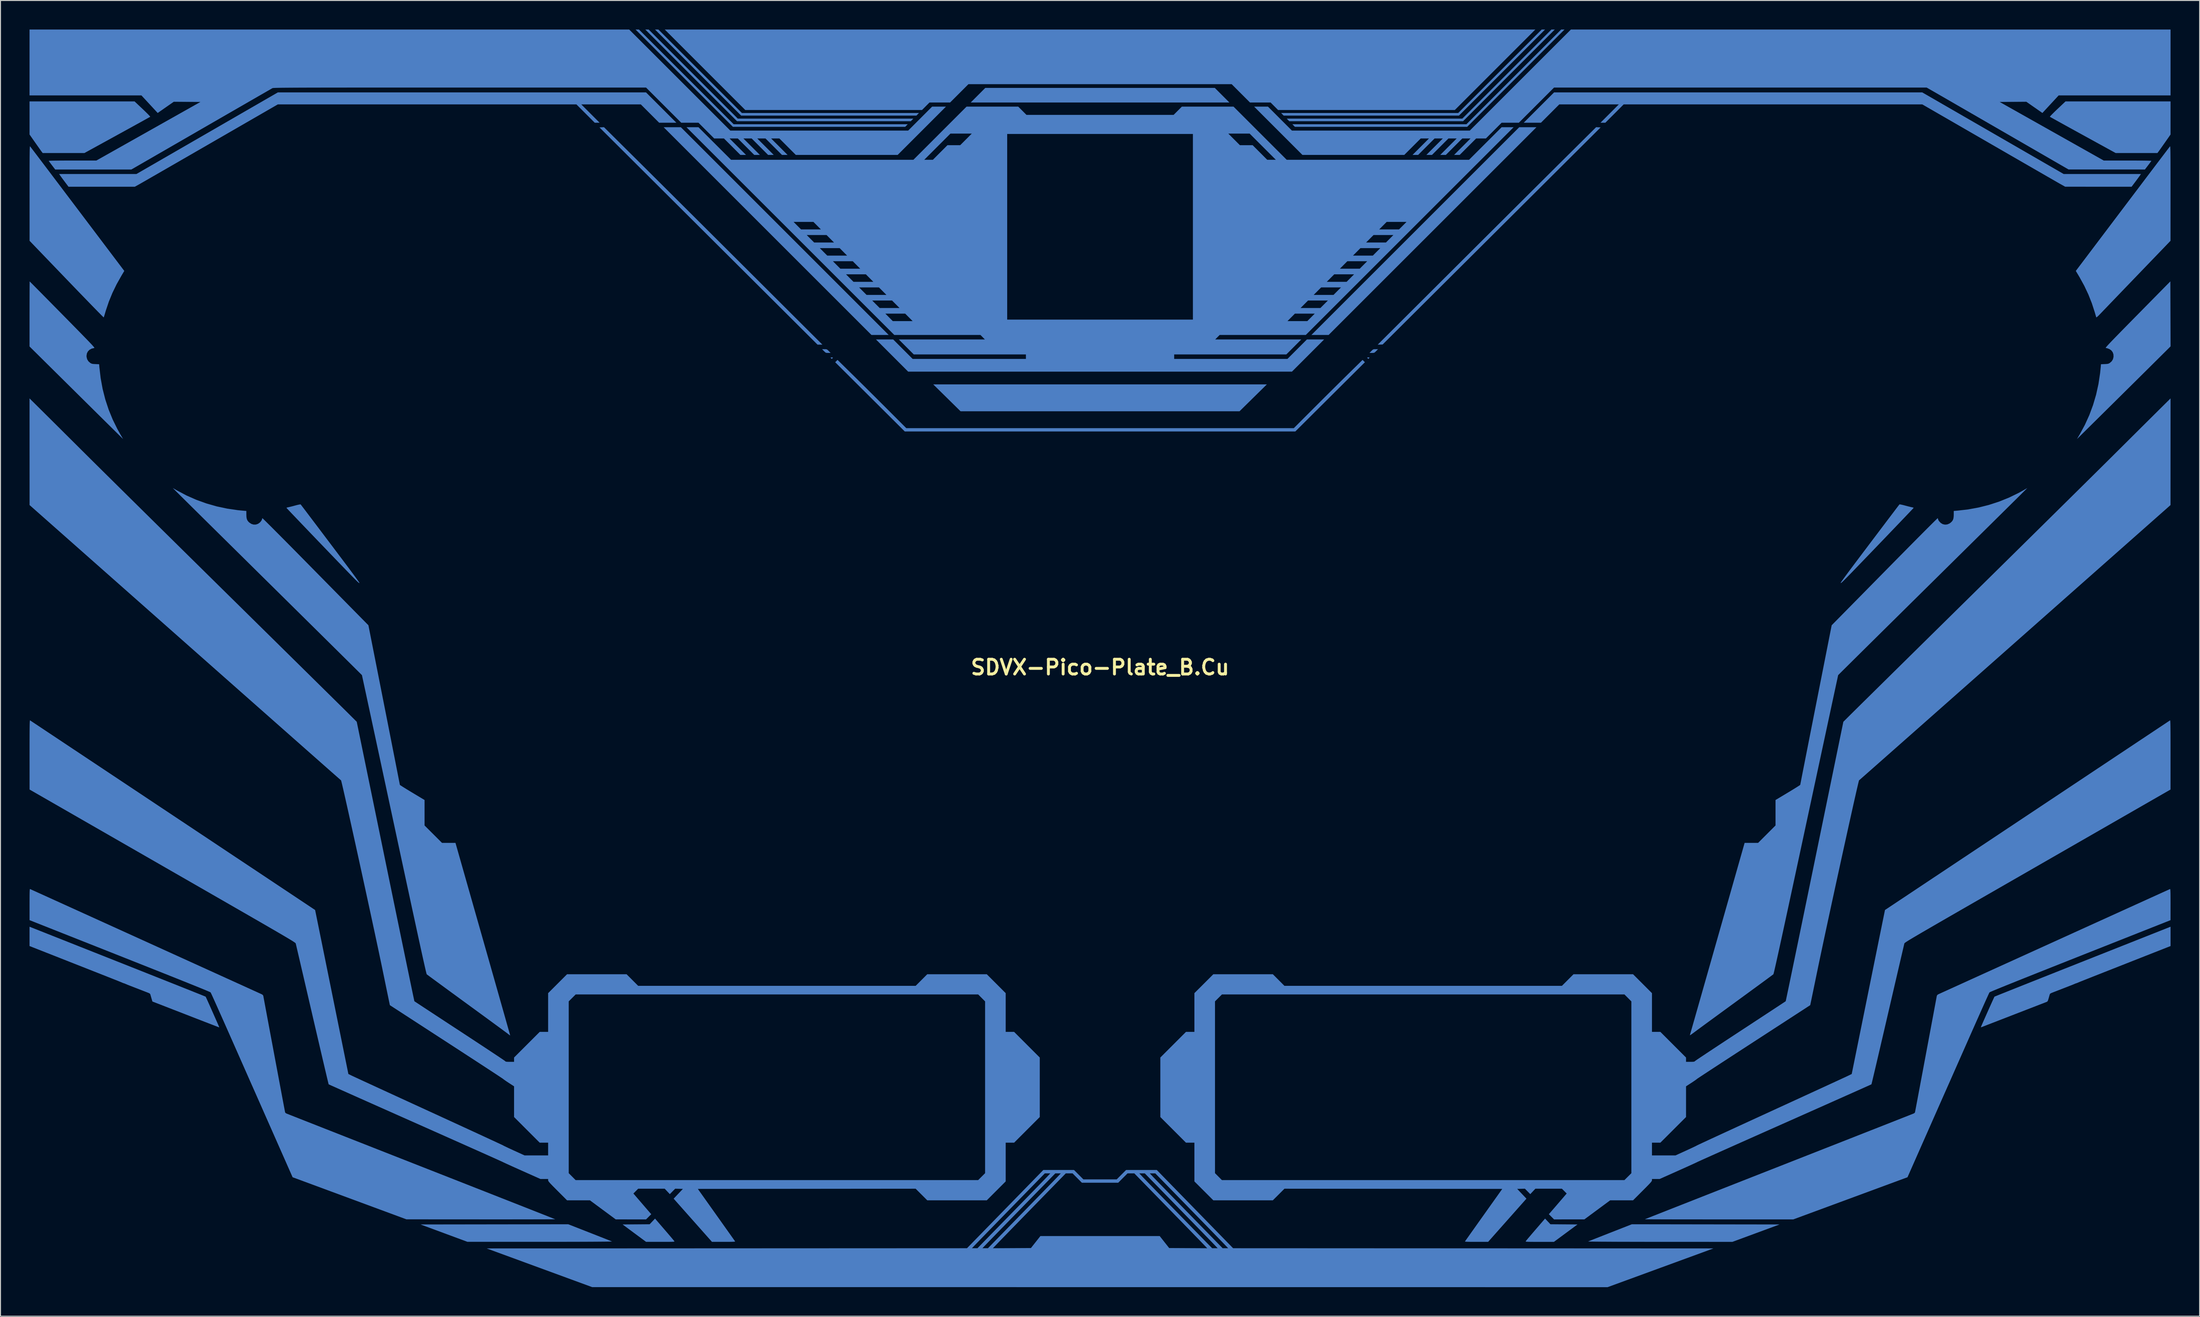
<source format=kicad_pcb>
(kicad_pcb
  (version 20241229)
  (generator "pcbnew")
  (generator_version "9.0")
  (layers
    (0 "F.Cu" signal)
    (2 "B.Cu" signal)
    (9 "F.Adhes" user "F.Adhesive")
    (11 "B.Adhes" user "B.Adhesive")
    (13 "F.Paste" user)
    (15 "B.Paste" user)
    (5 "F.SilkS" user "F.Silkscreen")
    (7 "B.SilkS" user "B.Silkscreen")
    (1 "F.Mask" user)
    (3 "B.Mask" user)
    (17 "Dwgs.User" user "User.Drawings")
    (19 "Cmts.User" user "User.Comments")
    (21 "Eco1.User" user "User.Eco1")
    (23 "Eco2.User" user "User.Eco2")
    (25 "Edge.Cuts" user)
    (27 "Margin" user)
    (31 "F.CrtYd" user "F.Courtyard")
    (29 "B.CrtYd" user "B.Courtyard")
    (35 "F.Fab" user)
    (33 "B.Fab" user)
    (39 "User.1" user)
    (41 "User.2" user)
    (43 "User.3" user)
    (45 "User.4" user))
  (footprint "SDVX-Pico-Plate_B.Cu"
    (layer "F.Cu")
    (at 110.531 65.878)
    (property "Reference" "SDVX-Pico-Plate_B.Cu" (at 0 0 0) (layer "F.SilkS") (effects (font (size 1.524 1.524) (thickness 0.3))))
    (attr board_only exclude_from_pos_files exclude_from_bom)
    (fp_poly (pts (xy -87.297 -32.175) (xy -87.296 -32.166) (xy -87.325 -32.128) (xy -87.334 -32.127) (xy -87.372 -32.156) (xy -87.373 -32.166) (xy -87.343 -32.203) (xy -87.334 -32.204)) (stroke (width 0) (type solid)) (fill yes) (layer "F.Mask"))
    (fp_poly (pts (xy -49.989 5.21) (xy -49.988 5.219) (xy -50.018 5.257) (xy -50.027 5.258) (xy -50.064 5.228) (xy -50.065 5.219) (xy -50.036 5.182) (xy -50.027 5.181)) (stroke (width 0) (type solid)) (fill yes) (layer "F.Mask"))
    (fp_poly (pts (xy -33.327 43.368) (xy -33.325 43.377) (xy -33.355 43.415) (xy -33.364 43.416) (xy -33.402 43.386) (xy -33.403 43.377) (xy -33.373 43.34) (xy -33.364 43.339)) (stroke (width 0) (type solid)) (fill yes) (layer "F.Mask"))
    (fp_poly (pts (xy -16.664 5.21) (xy -16.663 5.219) (xy -16.692 5.257) (xy -16.701 5.258) (xy -16.739 5.228) (xy -16.74 5.219) (xy -16.711 5.182) (xy -16.701 5.181)) (stroke (width 0) (type solid)) (fill yes) (layer "F.Mask"))
    (fp_poly (pts (xy 0.038 -45.513) (xy 0.039 -45.504) (xy 0.009 -45.466) (xy 0 -45.465) (xy -0.038 -45.494) (xy -0.039 -45.504) (xy -0.009 -45.541) (xy 0 -45.542)) (stroke (width 0) (type solid)) (fill yes) (layer "F.Mask"))
    (fp_poly (pts (xy 16.739 5.21) (xy 16.74 5.219) (xy 16.711 5.257) (xy 16.701 5.258) (xy 16.664 5.228) (xy 16.663 5.219) (xy 16.692 5.182) (xy 16.701 5.181)) (stroke (width 0) (type solid)) (fill yes) (layer "F.Mask"))
    (fp_poly (pts (xy 33.402 43.368) (xy 33.403 43.377) (xy 33.373 43.415) (xy 33.364 43.416) (xy 33.327 43.386) (xy 33.325 43.377) (xy 33.355 43.34) (xy 33.364 43.339)) (stroke (width 0) (type solid)) (fill yes) (layer "F.Mask"))
    (fp_poly (pts (xy 50.064 5.21) (xy 50.065 5.219) (xy 50.036 5.257) (xy 50.027 5.258) (xy 49.989 5.228) (xy 49.988 5.219) (xy 50.018 5.182) (xy 50.027 5.181)) (stroke (width 0) (type solid)) (fill yes) (layer "F.Mask"))
    (fp_poly (pts (xy 87.372 -32.175) (xy 87.373 -32.166) (xy 87.343 -32.128) (xy 87.334 -32.127) (xy 87.297 -32.156) (xy 87.296 -32.166) (xy 87.325 -32.203) (xy 87.334 -32.204)) (stroke (width 0) (type solid)) (fill yes) (layer "F.Mask"))
    (fp_poly (pts (xy 14.401 -26.446) (xy -14.401 -26.446) (xy -15.812 -27.835) (xy -17.223 -29.224) (xy 17.223 -29.224)) (stroke (width 0) (type solid)) (fill yes) (layer "B.Cu"))
    (fp_poly (pts (xy -32.552 -45.059) (xy -21.824 -34.331) (xy -23.602 -34.331) (xy -34.331 -45.059) (xy -45.059 -55.787) (xy -43.28 -55.787)) (stroke (width 0) (type solid)) (fill yes) (layer "B.Cu"))
    (fp_poly (pts (xy 12.603 -59.093) (xy 13.356 -58.339) (xy -13.356 -58.339) (xy -12.603 -59.093) (xy -11.85 -59.847) (xy 11.85 -59.847)) (stroke (width 0) (type solid)) (fill yes) (layer "B.Cu"))
    (fp_poly (pts (xy 34.331 -45.059) (xy 23.602 -34.331) (xy 21.824 -34.331) (xy 32.552 -45.059) (xy 43.28 -55.787) (xy 45.059 -55.787)) (stroke (width 0) (type solid)) (fill yes) (layer "B.Cu"))
    (fp_poly (pts (xy -37.829 -56.096) (xy -19.856 -56.096) (xy -19.988 -55.961) (xy -20.119 -55.826) (xy -37.907 -55.826) (xy -42.933 -60.852) (xy -47.958 -65.878) (xy -47.61 -65.878)) (stroke (width 0) (type solid)) (fill yes) (layer "B.Cu"))
    (fp_poly (pts (xy -42.005 -61.277) (xy -37.404 -56.676) (xy -19.276 -56.676) (xy -19.408 -56.541) (xy -19.539 -56.406) (xy -37.482 -56.406) (xy -42.217 -61.142) (xy -46.953 -65.878) (xy -46.605 -65.878)) (stroke (width 0) (type solid)) (fill yes) (layer "B.Cu"))
    (fp_poly (pts (xy -41.289 -61.567) (xy -36.979 -57.256) (xy -18.697 -57.256) (xy -18.828 -57.121) (xy -18.959 -56.986) (xy -37.056 -56.986) (xy -41.502 -61.432) (xy -45.948 -65.878) (xy -45.6 -65.878)) (stroke (width 0) (type solid)) (fill yes) (layer "B.Cu"))
    (fp_poly (pts (xy 41.502 -61.432) (xy 37.056 -56.986) (xy 18.959 -56.986) (xy 18.828 -57.121) (xy 18.697 -57.256) (xy 36.979 -57.256) (xy 41.289 -61.567) (xy 45.6 -65.878) (xy 45.948 -65.878)) (stroke (width 0) (type solid)) (fill yes) (layer "B.Cu"))
    (fp_poly (pts (xy 42.217 -61.142) (xy 37.482 -56.406) (xy 19.539 -56.406) (xy 19.408 -56.541) (xy 19.276 -56.676) (xy 37.404 -56.676) (xy 42.005 -61.277) (xy 46.605 -65.878) (xy 46.953 -65.878)) (stroke (width 0) (type solid)) (fill yes) (layer "B.Cu"))
    (fp_poly (pts (xy 42.933 -60.852) (xy 37.907 -55.826) (xy 20.119 -55.826) (xy 19.988 -55.961) (xy 19.856 -56.096) (xy 37.829 -56.096) (xy 42.72 -60.987) (xy 47.61 -65.878) (xy 47.958 -65.878)) (stroke (width 0) (type solid)) (fill yes) (layer "B.Cu"))
    (fp_poly (pts (xy -27.607 -32.009) (xy -27.579 -31.994) (xy -27.604 -31.954) (xy -27.623 -31.934) (xy -27.677 -31.877) (xy -27.7 -31.856) (xy -27.728 -31.881) (xy -27.778 -31.934) (xy -27.819 -31.984) (xy -27.81 -32.006) (xy -27.74 -32.011) (xy -27.7 -32.011)) (stroke (width 0) (type solid)) (fill yes) (layer "B.Cu"))
    (fp_poly (pts (xy 27.794 -32.009) (xy 27.822 -31.994) (xy 27.796 -31.954) (xy 27.778 -31.934) (xy 27.724 -31.877) (xy 27.7 -31.856) (xy 27.672 -31.881) (xy 27.623 -31.934) (xy 27.582 -31.984) (xy 27.591 -32.006) (xy 27.661 -32.011) (xy 27.7 -32.011)) (stroke (width 0) (type solid)) (fill yes) (layer "B.Cu"))
    (fp_poly (pts (xy -28.318 -32.859) (xy -28.229 -32.845) (xy -28.156 -32.806) (xy -28.072 -32.731) (xy -28.01 -32.668) (xy -27.819 -32.475) (xy -28.07 -32.475) (xy -28.204 -32.477) (xy -28.293 -32.491) (xy -28.366 -32.53) (xy -28.449 -32.605) (xy -28.512 -32.668) (xy -28.703 -32.861) (xy -28.451 -32.861)) (stroke (width 0) (type solid)) (fill yes) (layer "B.Cu"))
    (fp_poly (pts (xy 28.512 -32.668) (xy 28.41 -32.567) (xy 28.334 -32.509) (xy 28.258 -32.483) (xy 28.153 -32.475) (xy 28.07 -32.475) (xy 27.819 -32.475) (xy 28.01 -32.668) (xy 28.112 -32.769) (xy 28.187 -32.827) (xy 28.264 -32.854) (xy 28.369 -32.861) (xy 28.451 -32.861) (xy 28.703 -32.861)) (stroke (width 0) (type solid)) (fill yes) (layer "B.Cu"))
    (fp_poly (pts (xy 40.787 -61.722) (xy 36.631 -57.566) (xy 18.382 -57.566) (xy 17.611 -58.339) (xy 15.483 -58.339) (xy 14.536 -59.286) (xy 13.59 -60.233) (xy -13.59 -60.233) (xy -14.536 -59.286) (xy -15.483 -58.339) (xy -17.611 -58.339) (xy -18.382 -57.566) (xy -36.631 -57.566) (xy -44.943 -65.878) (xy 44.943 -65.878)) (stroke (width 0) (type solid)) (fill yes) (layer "B.Cu"))
    (fp_poly (pts (xy 46.225 57.232) (xy 46.502 57.526) (xy 49.297 57.546) (xy 48.081 58.445) (xy 46.865 59.344) (xy 45.39 59.344) (xy 45.013 59.344) (xy 44.707 59.343) (xy 44.464 59.341) (xy 44.277 59.339) (xy 44.14 59.334) (xy 44.045 59.328) (xy 43.986 59.319) (xy 43.955 59.309) (xy 43.946 59.295) (xy 43.952 59.278) (xy 43.952 59.278) (xy 43.985 59.234) (xy 44.062 59.139) (xy 44.179 58.999) (xy 44.33 58.821) (xy 44.508 58.612) (xy 44.708 58.378) (xy 44.924 58.126) (xy 44.969 58.075) (xy 45.948 56.939)) (stroke (width 0) (type solid)) (fill yes) (layer "B.Cu"))
    (fp_poly (pts (xy 51.685 -55.768) (xy 40.432 -44.556) (xy 29.179 -33.345) (xy 28.667 -33.326) (xy 36.766 -41.406) (xy 37.47 -42.108) (xy 38.182 -42.818) (xy 38.896 -43.53) (xy 39.61 -44.242) (xy 40.321 -44.951) (xy 41.026 -45.653) (xy 41.72 -46.345) (xy 42.4 -47.023) (xy 43.064 -47.684) (xy 43.707 -48.324) (xy 44.326 -48.941) (xy 44.918 -49.531) (xy 45.479 -50.089) (xy 46.007 -50.614) (xy 46.497 -51.102) (xy 46.946 -51.549) (xy 47.351 -51.952) (xy 47.709 -52.307) (xy 48.015 -52.611) (xy 48.043 -52.638) (xy 51.219 -55.791)) (stroke (width 0) (type solid)) (fill yes) (layer "B.Cu"))
    (fp_poly (pts (xy -44.969 58.075) (xy -44.75 58.329) (xy -44.546 58.567) (xy -44.363 58.782) (xy -44.207 58.967) (xy -44.083 59.115) (xy -43.997 59.219) (xy -43.954 59.273) (xy -43.952 59.278) (xy -43.946 59.295) (xy -43.955 59.308) (xy -43.985 59.319) (xy -44.044 59.328) (xy -44.137 59.334) (xy -44.273 59.338) (xy -44.459 59.341) (xy -44.7 59.342) (xy -45.005 59.343) (xy -45.379 59.342) (xy -45.395 59.342) (xy -46.876 59.341) (xy -48.087 58.444) (xy -49.297 57.546) (xy -47.9 57.536) (xy -46.502 57.526) (xy -46.225 57.232) (xy -45.948 56.939)) (stroke (width 0) (type solid)) (fill yes) (layer "B.Cu"))
    (fp_poly (pts (xy -48.043 -52.638) (xy -47.741 -52.339) (xy -47.389 -51.989) (xy -46.988 -51.591) (xy -46.543 -51.148) (xy -46.057 -50.664) (xy -45.533 -50.143) (xy -44.975 -49.587) (xy -44.385 -49.001) (xy -43.769 -48.386) (xy -43.128 -47.748) (xy -42.466 -47.089) (xy -41.787 -46.413) (xy -41.094 -45.722) (xy -40.391 -45.021) (xy -39.68 -44.313) (xy -38.966 -43.601) (xy -38.251 -42.888) (xy -37.54 -42.179) (xy -36.835 -41.476) (xy -36.766 -41.407) (xy -28.667 -33.329) (xy -28.918 -33.329) (xy -29.169 -33.329) (xy -40.427 -44.548) (xy -51.685 -55.768) (xy -51.452 -55.779) (xy -51.219 -55.791)) (stroke (width 0) (type solid)) (fill yes) (layer "B.Cu"))
    (fp_poly (pts (xy 27.346 -31.513) (xy 20.161 -24.36) (xy -20.161 -24.36) (xy -27.346 -31.513) (xy -27.105 -31.754) (xy -25.605 -30.281) (xy -25.311 -29.991) (xy -24.972 -29.656) (xy -24.597 -29.285) (xy -24.196 -28.888) (xy -23.779 -28.473) (xy -23.355 -28.052) (xy -22.933 -27.632) (xy -22.524 -27.223) (xy -22.136 -26.836) (xy -22.056 -26.756) (xy -20.007 -24.704) (xy 20.007 -24.704) (xy 22.056 -26.756) (xy 22.438 -27.138) (xy 22.843 -27.542) (xy 23.263 -27.961) (xy 23.688 -28.383) (xy 24.107 -28.799) (xy 24.512 -29.201) (xy 24.893 -29.579) (xy 25.241 -29.922) (xy 25.546 -30.222) (xy 25.605 -30.281) (xy 27.105 -31.754)) (stroke (width 0) (type solid)) (fill yes) (layer "B.Cu"))
    (fp_poly (pts (xy -52.689 58.397) (xy -52.294 58.552) (xy -51.919 58.7) (xy -51.571 58.837) (xy -51.255 58.961) (xy -50.979 59.07) (xy -50.748 59.161) (xy -50.57 59.232) (xy -50.45 59.28) (xy -50.396 59.302) (xy -50.394 59.303) (xy -50.423 59.307) (xy -50.527 59.311) (xy -50.704 59.315) (xy -50.953 59.319) (xy -51.271 59.322) (xy -51.655 59.325) (xy -52.105 59.328) (xy -52.618 59.331) (xy -53.192 59.333) (xy -53.825 59.335) (xy -54.514 59.336) (xy -55.259 59.338) (xy -56.056 59.339) (xy -56.904 59.339) (xy -57.801 59.339) (xy -57.817 59.339) (xy -65.317 59.34) (xy -67.74 58.443) (xy -70.163 57.546) (xy -54.906 57.527)) (stroke (width 0) (type solid)) (fill yes) (layer "B.Cu"))
    (fp_poly (pts (xy 70.163 57.546) (xy 67.729 58.445) (xy 65.294 59.344) (xy 57.806 59.341) (xy 56.908 59.341) (xy 56.059 59.34) (xy 55.261 59.339) (xy 54.517 59.337) (xy 53.826 59.336) (xy 53.193 59.334) (xy 52.619 59.331) (xy 52.106 59.328) (xy 51.656 59.326) (xy 51.271 59.322) (xy 50.953 59.319) (xy 50.705 59.315) (xy 50.527 59.311) (xy 50.423 59.307) (xy 50.394 59.303) (xy 50.394 59.303) (xy 50.443 59.283) (xy 50.558 59.237) (xy 50.731 59.168) (xy 50.958 59.079) (xy 51.23 58.971) (xy 51.543 58.848) (xy 51.889 58.712) (xy 52.262 58.565) (xy 52.655 58.41) (xy 52.689 58.397) (xy 54.906 57.527)) (stroke (width 0) (type solid)) (fill yes) (layer "B.Cu"))
    (fp_poly (pts (xy -99.686 -58.454) (xy -98.862 -57.676) (xy -98.655 -57.478) (xy -98.468 -57.296) (xy -98.31 -57.138) (xy -98.186 -57.01) (xy -98.104 -56.919) (xy -98.07 -56.872) (xy -98.07 -56.868) (xy -98.107 -56.845) (xy -98.208 -56.788) (xy -98.368 -56.699) (xy -98.581 -56.58) (xy -98.844 -56.434) (xy -99.151 -56.264) (xy -99.499 -56.072) (xy -99.882 -55.86) (xy -100.297 -55.632) (xy -100.737 -55.389) (xy -101.2 -55.135) (xy -101.483 -54.979) (xy -104.866 -53.12) (xy -109.174 -53.12) (xy -109.271 -53.248) (xy -109.32 -53.314) (xy -109.406 -53.434) (xy -109.521 -53.597) (xy -109.66 -53.793) (xy -109.814 -54.011) (xy -109.95 -54.205) (xy -110.53 -55.033) (xy -110.53 -56.744) (xy -110.531 -58.455)) (stroke (width 0) (type solid)) (fill yes) (layer "B.Cu"))
    (fp_poly (pts (xy 110.53 -56.744) (xy 110.53 -55.033) (xy 109.95 -54.205) (xy 109.788 -53.975) (xy 109.636 -53.759) (xy 109.501 -53.568) (xy 109.39 -53.411) (xy 109.309 -53.3) (xy 109.271 -53.248) (xy 109.174 -53.12) (xy 104.866 -53.12) (xy 101.483 -54.979) (xy 101.01 -55.239) (xy 100.556 -55.489) (xy 100.125 -55.726) (xy 99.723 -55.948) (xy 99.354 -56.152) (xy 99.022 -56.336) (xy 98.732 -56.497) (xy 98.488 -56.632) (xy 98.296 -56.739) (xy 98.16 -56.815) (xy 98.084 -56.859) (xy 98.07 -56.868) (xy 98.089 -56.901) (xy 98.158 -56.98) (xy 98.27 -57.097) (xy 98.419 -57.247) (xy 98.598 -57.423) (xy 98.8 -57.617) (xy 98.862 -57.676) (xy 99.686 -58.454) (xy 105.108 -58.454) (xy 110.531 -58.455)) (stroke (width 0) (type solid)) (fill yes) (layer "B.Cu"))
    (fp_poly (pts (xy -45.31 -57.817) (xy -43.745 -56.251) (xy -45.523 -56.251) (xy -46.47 -57.198) (xy -47.417 -58.146) (xy -53.564 -58.146) (xy -52.617 -57.198) (xy -51.67 -56.251) (xy -52.173 -56.251) (xy -53.12 -57.198) (xy -54.066 -58.146) (xy -84.896 -58.146) (xy -91.982 -54.055) (xy -92.67 -53.658) (xy -93.343 -53.27) (xy -93.997 -52.892) (xy -94.629 -52.528) (xy -95.236 -52.178) (xy -95.815 -51.844) (xy -96.362 -51.529) (xy -96.874 -51.234) (xy -97.347 -50.961) (xy -97.779 -50.713) (xy -98.167 -50.49) (xy -98.506 -50.294) (xy -98.794 -50.129) (xy -99.028 -49.995) (xy -99.204 -49.894) (xy -99.319 -49.829) (xy -99.366 -49.803) (xy -99.663 -49.64) (xy -106.508 -49.64) (xy -106.85 -50.094) (xy -106.986 -50.276) (xy -107.119 -50.455) (xy -107.235 -50.613) (xy -107.32 -50.731) (xy -107.335 -50.752) (xy -107.477 -50.955) (xy -103.485 -50.955) (xy -99.493 -50.955) (xy -92.194 -55.169) (xy -84.895 -59.383) (xy -46.876 -59.383)) (stroke (width 0) (type solid)) (fill yes) (layer "B.Cu"))
    (fp_poly (pts (xy 92.194 -55.169) (xy 99.493 -50.955) (xy 103.485 -50.955) (xy 107.477 -50.955) (xy 107.335 -50.752) (xy 107.258 -50.645) (xy 107.148 -50.495) (xy 107.018 -50.319) (xy 106.882 -50.137) (xy 106.85 -50.094) (xy 106.508 -49.64) (xy 103.078 -49.641) (xy 99.648 -49.643) (xy 99.145 -49.925) (xy 99.062 -49.972) (xy 98.915 -50.056) (xy 98.709 -50.175) (xy 98.445 -50.326) (xy 98.129 -50.509) (xy 97.762 -50.719) (xy 97.35 -50.957) (xy 96.894 -51.22) (xy 96.399 -51.505) (xy 95.869 -51.811) (xy 95.305 -52.136) (xy 94.713 -52.478) (xy 94.094 -52.834) (xy 93.454 -53.204) (xy 92.795 -53.585) (xy 92.12 -53.974) (xy 91.769 -54.177) (xy 84.896 -58.146) (xy 54.066 -58.146) (xy 53.12 -57.198) (xy 52.173 -56.251) (xy 51.67 -56.251) (xy 52.617 -57.198) (xy 53.564 -58.146) (xy 47.417 -58.146) (xy 46.47 -57.198) (xy 45.523 -56.251) (xy 43.745 -56.251) (xy 45.31 -57.817) (xy 46.876 -59.383) (xy 84.895 -59.383)) (stroke (width 0) (type solid)) (fill yes) (layer "B.Cu"))
    (fp_poly (pts (xy 110.522 -36.509) (xy 110.533 -33.151) (xy 108.801 -31.431) (xy 108.527 -31.159) (xy 108.205 -30.839) (xy 107.841 -30.478) (xy 107.441 -30.082) (xy 107.014 -29.658) (xy 106.564 -29.213) (xy 106.098 -28.752) (xy 105.624 -28.282) (xy 105.148 -27.81) (xy 104.676 -27.343) (xy 104.214 -26.886) (xy 103.969 -26.644) (xy 100.869 -23.577) (xy 101.16 -24.073) (xy 101.687 -25.049) (xy 102.144 -26.056) (xy 102.529 -27.093) (xy 102.843 -28.16) (xy 103.086 -29.257) (xy 103.257 -30.383) (xy 103.321 -31.011) (xy 103.346 -31.306) (xy 103.724 -31.322) (xy 103.908 -31.331) (xy 104.036 -31.346) (xy 104.13 -31.371) (xy 104.212 -31.411) (xy 104.262 -31.442) (xy 104.456 -31.613) (xy 104.583 -31.823) (xy 104.643 -32.064) (xy 104.635 -32.319) (xy 104.559 -32.542) (xy 104.422 -32.727) (xy 104.226 -32.869) (xy 103.978 -32.96) (xy 103.843 -32.985) (xy 103.834 -32.992) (xy 103.839 -33.012) (xy 103.86 -33.047) (xy 103.901 -33.099) (xy 103.963 -33.173) (xy 104.05 -33.27) (xy 104.164 -33.393) (xy 104.307 -33.545) (xy 104.482 -33.728) (xy 104.692 -33.946) (xy 104.94 -34.201) (xy 105.227 -34.495) (xy 105.557 -34.832) (xy 105.931 -35.214) (xy 106.354 -35.644) (xy 106.827 -36.125) (xy 107.129 -36.431) (xy 110.511 -39.866)) (stroke (width 0) (type solid)) (fill yes) (layer "B.Cu"))
    (fp_poly (pts (xy -110.477 -53.814) (xy -110.448 -53.778) (xy -110.376 -53.683) (xy -110.261 -53.533) (xy -110.106 -53.329) (xy -109.913 -53.075) (xy -109.685 -52.774) (xy -109.424 -52.429) (xy -109.131 -52.042) (xy -108.809 -51.617) (xy -108.46 -51.156) (xy -108.087 -50.662) (xy -107.691 -50.139) (xy -107.276 -49.589) (xy -106.842 -49.014) (xy -106.392 -48.419) (xy -105.928 -47.805) (xy -105.585 -47.351) (xy -100.748 -40.944) (xy -101.032 -40.469) (xy -101.537 -39.572) (xy -101.972 -38.677) (xy -102.342 -37.773) (xy -102.654 -36.847) (xy -102.709 -36.661) (xy -102.763 -36.476) (xy -102.811 -36.318) (xy -102.849 -36.203) (xy -102.871 -36.144) (xy -102.873 -36.141) (xy -102.902 -36.165) (xy -102.981 -36.242) (xy -103.108 -36.368) (xy -103.279 -36.542) (xy -103.492 -36.758) (xy -103.743 -37.015) (xy -104.03 -37.309) (xy -104.348 -37.637) (xy -104.696 -37.996) (xy -105.071 -38.383) (xy -105.469 -38.794) (xy -105.887 -39.228) (xy -106.322 -39.68) (xy -106.711 -40.084) (xy -110.527 -44.054) (xy -110.529 -48.962) (xy -110.529 -49.689) (xy -110.529 -50.341) (xy -110.528 -50.924) (xy -110.528 -51.441) (xy -110.527 -51.895) (xy -110.525 -52.29) (xy -110.524 -52.63) (xy -110.521 -52.918) (xy -110.518 -53.159) (xy -110.515 -53.356) (xy -110.511 -53.512) (xy -110.506 -53.631) (xy -110.501 -53.718) (xy -110.495 -53.775) (xy -110.488 -53.807) (xy -110.481 -53.816)) (stroke (width 0) (type solid)) (fill yes) (layer "B.Cu"))
    (fp_poly (pts (xy 110.492 -53.794) (xy 110.498 -53.75) (xy 110.504 -53.679) (xy 110.509 -53.577) (xy 110.513 -53.439) (xy 110.517 -53.264) (xy 110.52 -53.046) (xy 110.522 -52.782) (xy 110.525 -52.468) (xy 110.526 -52.101) (xy 110.527 -51.677) (xy 110.528 -51.193) (xy 110.529 -50.644) (xy 110.529 -50.027) (xy 110.529 -49.338) (xy 110.529 -48.962) (xy 110.527 -44.054) (xy 107.161 -40.555) (xy 106.731 -40.108) (xy 106.309 -39.669) (xy 105.9 -39.244) (xy 105.507 -38.835) (xy 105.134 -38.447) (xy 104.785 -38.084) (xy 104.463 -37.749) (xy 104.173 -37.447) (xy 103.918 -37.181) (xy 103.702 -36.957) (xy 103.529 -36.776) (xy 103.403 -36.644) (xy 103.337 -36.575) (xy 103.147 -36.379) (xy 103.005 -36.242) (xy 102.91 -36.164) (xy 102.864 -36.145) (xy 102.86 -36.15) (xy 102.843 -36.207) (xy 102.809 -36.322) (xy 102.762 -36.479) (xy 102.709 -36.662) (xy 102.702 -36.687) (xy 102.401 -37.613) (xy 102.045 -38.513) (xy 101.627 -39.399) (xy 101.141 -40.285) (xy 101.032 -40.469) (xy 100.748 -40.944) (xy 105.585 -47.351) (xy 106.057 -47.976) (xy 106.517 -48.584) (xy 106.963 -49.174) (xy 107.392 -49.742) (xy 107.802 -50.286) (xy 108.192 -50.801) (xy 108.559 -51.286) (xy 108.9 -51.737) (xy 109.214 -52.152) (xy 109.499 -52.528) (xy 109.751 -52.861) (xy 109.97 -53.15) (xy 110.152 -53.39) (xy 110.296 -53.58) (xy 110.4 -53.715) (xy 110.461 -53.794) (xy 110.477 -53.814) (xy 110.485 -53.814)) (stroke (width 0) (type solid)) (fill yes) (layer "B.Cu"))
    (fp_poly (pts (xy -82.54 -16.829) (xy -82.507 -16.788) (xy -82.429 -16.685) (xy -82.304 -16.521) (xy -82.133 -16.297) (xy -81.917 -16.012) (xy -81.656 -15.666) (xy -81.35 -15.261) (xy -80.999 -14.797) (xy -80.603 -14.273) (xy -80.163 -13.69) (xy -79.68 -13.049) (xy -79.152 -12.35) (xy -79.037 -12.197) (xy -78.591 -11.605) (xy -78.19 -11.073) (xy -77.835 -10.599) (xy -77.523 -10.182) (xy -77.254 -9.82) (xy -77.026 -9.513) (xy -76.839 -9.258) (xy -76.692 -9.054) (xy -76.583 -8.9) (xy -76.511 -8.794) (xy -76.475 -8.735) (xy -76.471 -8.722) (xy -76.479 -8.703) (xy -76.507 -8.71) (xy -76.559 -8.748) (xy -76.642 -8.82) (xy -76.759 -8.933) (xy -76.917 -9.089) (xy -77.121 -9.295) (xy -77.248 -9.425) (xy -77.402 -9.583) (xy -77.595 -9.782) (xy -77.824 -10.018) (xy -78.084 -10.287) (xy -78.371 -10.585) (xy -78.683 -10.908) (xy -79.015 -11.253) (xy -79.362 -11.614) (xy -79.722 -11.989) (xy -80.091 -12.373) (xy -80.464 -12.761) (xy -80.838 -13.15) (xy -81.208 -13.537) (xy -81.572 -13.916) (xy -81.924 -14.284) (xy -82.262 -14.637) (xy -82.581 -14.971) (xy -82.878 -15.281) (xy -83.148 -15.565) (xy -83.389 -15.817) (xy -83.595 -16.034) (xy -83.763 -16.211) (xy -83.889 -16.345) (xy -83.97 -16.432) (xy -84.002 -16.467) (xy -84.002 -16.468) (xy -83.975 -16.493) (xy -83.894 -16.519) (xy -83.847 -16.528) (xy -83.75 -16.549) (xy -83.597 -16.585) (xy -83.406 -16.633) (xy -83.197 -16.689) (xy -83.124 -16.708) (xy -82.928 -16.76) (xy -82.758 -16.799) (xy -82.628 -16.825) (xy -82.553 -16.832)) (stroke (width 0) (type solid)) (fill yes) (layer "B.Cu"))
    (fp_poly (pts (xy 82.691 -16.813) (xy 82.844 -16.78) (xy 83.029 -16.734) (xy 83.124 -16.708) (xy 83.336 -16.652) (xy 83.535 -16.601) (xy 83.703 -16.56) (xy 83.821 -16.533) (xy 83.847 -16.528) (xy 83.945 -16.505) (xy 83.998 -16.478) (xy 84.002 -16.468) (xy 83.974 -16.436) (xy 83.897 -16.353) (xy 83.773 -16.222) (xy 83.608 -16.047) (xy 83.404 -15.833) (xy 83.166 -15.583) (xy 82.898 -15.302) (xy 82.603 -14.993) (xy 82.285 -14.661) (xy 81.948 -14.309) (xy 81.596 -13.942) (xy 81.234 -13.563) (xy 80.864 -13.177) (xy 80.49 -12.788) (xy 80.117 -12.399) (xy 79.748 -12.015) (xy 79.387 -11.64) (xy 79.038 -11.278) (xy 78.705 -10.932) (xy 78.392 -10.607) (xy 78.103 -10.307) (xy 77.841 -10.035) (xy 77.61 -9.797) (xy 77.414 -9.595) (xy 77.258 -9.435) (xy 77.248 -9.425) (xy 77.019 -9.192) (xy 76.838 -9.01) (xy 76.699 -8.875) (xy 76.599 -8.782) (xy 76.531 -8.726) (xy 76.491 -8.704) (xy 76.473 -8.709) (xy 76.471 -8.722) (xy 76.488 -8.758) (xy 76.541 -8.84) (xy 76.631 -8.969) (xy 76.759 -9.147) (xy 76.925 -9.375) (xy 77.131 -9.655) (xy 77.379 -9.989) (xy 77.669 -10.377) (xy 78.001 -10.821) (xy 78.379 -11.324) (xy 78.801 -11.885) (xy 79.037 -12.197) (xy 79.573 -12.909) (xy 80.066 -13.562) (xy 80.515 -14.157) (xy 80.92 -14.693) (xy 81.28 -15.17) (xy 81.596 -15.587) (xy 81.867 -15.945) (xy 82.092 -16.243) (xy 82.272 -16.48) (xy 82.406 -16.656) (xy 82.495 -16.772) (xy 82.537 -16.826) (xy 82.54 -16.829) (xy 82.585 -16.831)) (stroke (width 0) (type solid)) (fill yes) (layer "B.Cu"))
    (fp_poly (pts (xy -110.489 -39.832) (xy -110.41 -39.753) (xy -110.283 -39.626) (xy -110.112 -39.453) (xy -109.899 -39.239) (xy -109.649 -38.986) (xy -109.364 -38.698) (xy -109.048 -38.378) (xy -108.703 -38.029) (xy -108.334 -37.654) (xy -107.943 -37.258) (xy -107.534 -36.843) (xy -107.125 -36.428) (xy -106.622 -35.917) (xy -106.171 -35.458) (xy -105.768 -35.048) (xy -105.413 -34.685) (xy -105.101 -34.366) (xy -104.831 -34.089) (xy -104.599 -33.85) (xy -104.404 -33.647) (xy -104.243 -33.477) (xy -104.112 -33.338) (xy -104.01 -33.226) (xy -103.934 -33.139) (xy -103.881 -33.075) (xy -103.849 -33.03) (xy -103.835 -33.002) (xy -103.836 -32.987) (xy -103.843 -32.985) (xy -104.114 -32.919) (xy -104.335 -32.801) (xy -104.501 -32.636) (xy -104.607 -32.431) (xy -104.648 -32.19) (xy -104.643 -32.064) (xy -104.581 -31.818) (xy -104.452 -31.608) (xy -104.262 -31.442) (xy -104.177 -31.392) (xy -104.093 -31.359) (xy -103.987 -31.339) (xy -103.837 -31.327) (xy -103.724 -31.322) (xy -103.346 -31.306) (xy -103.321 -31.011) (xy -103.188 -29.869) (xy -102.985 -28.756) (xy -102.71 -27.673) (xy -102.363 -26.62) (xy -101.946 -25.597) (xy -101.458 -24.605) (xy -101.161 -24.076) (xy -101.061 -23.903) (xy -100.976 -23.758) (xy -100.914 -23.65) (xy -100.882 -23.592) (xy -100.879 -23.585) (xy -100.906 -23.612) (xy -100.986 -23.69) (xy -101.115 -23.818) (xy -101.291 -23.992) (xy -101.511 -24.209) (xy -101.771 -24.467) (xy -102.07 -24.762) (xy -102.405 -25.093) (xy -102.772 -25.456) (xy -103.169 -25.849) (xy -103.593 -26.269) (xy -104.041 -26.713) (xy -104.511 -27.178) (xy -105 -27.662) (xy -105.505 -28.162) (xy -105.708 -28.363) (xy -110.531 -33.139) (xy -110.531 -36.499) (xy -110.53 -37.001) (xy -110.53 -37.481) (xy -110.529 -37.932) (xy -110.528 -38.35) (xy -110.527 -38.728) (xy -110.526 -39.061) (xy -110.524 -39.343) (xy -110.523 -39.57) (xy -110.521 -39.735) (xy -110.519 -39.833) (xy -110.518 -39.859)) (stroke (width 0) (type solid)) (fill yes) (layer "B.Cu"))
    (fp_poly (pts (xy 110.531 -59.073) (xy 98.978 -59.073) (xy 98.139 -58.166) (xy 97.299 -57.258) (xy 97.004 -57.465) (xy 96.867 -57.561) (xy 96.686 -57.688) (xy 96.48 -57.831) (xy 96.269 -57.978) (xy 96.175 -58.044) (xy 95.64 -58.417) (xy 92.888 -58.397) (xy 98.259 -55.372) (xy 103.63 -52.347) (xy 106.098 -52.347) (xy 106.526 -52.346) (xy 106.931 -52.345) (xy 107.305 -52.342) (xy 107.642 -52.339) (xy 107.936 -52.336) (xy 108.18 -52.332) (xy 108.368 -52.327) (xy 108.494 -52.322) (xy 108.55 -52.316) (xy 108.552 -52.315) (xy 108.526 -52.274) (xy 108.46 -52.184) (xy 108.366 -52.056) (xy 108.251 -51.904) (xy 108.211 -51.851) (xy 107.882 -51.419) (xy 103.939 -51.422) (xy 99.996 -51.424) (xy 93.211 -55.346) (xy 92.533 -55.737) (xy 91.869 -56.121) (xy 91.222 -56.495) (xy 90.594 -56.858) (xy 89.991 -57.207) (xy 89.414 -57.54) (xy 88.869 -57.855) (xy 88.357 -58.15) (xy 87.883 -58.424) (xy 87.45 -58.674) (xy 87.062 -58.898) (xy 86.722 -59.094) (xy 86.433 -59.261) (xy 86.2 -59.395) (xy 86.025 -59.496) (xy 85.912 -59.561) (xy 85.885 -59.576) (xy 85.345 -59.885) (xy 46.876 -59.885) (xy 45.059 -58.068) (xy 43.242 -56.251) (xy 41.463 -56.251) (xy 40.652 -55.439) (xy 39.84 -54.627) (xy 38.834 -54.627) (xy 37.984 -53.777) (xy 37.134 -52.926) (xy 36.554 -52.926) (xy 37.404 -53.777) (xy 38.254 -54.627) (xy 37.403 -54.627) (xy 36.554 -53.777) (xy 35.704 -52.926) (xy 35.124 -52.926) (xy 35.974 -53.777) (xy 36.824 -54.627) (xy 35.973 -54.627) (xy 35.123 -53.777) (xy 34.273 -52.926) (xy 33.693 -52.926) (xy 34.543 -53.777) (xy 35.393 -54.627) (xy 34.543 -54.627) (xy 33.693 -53.777) (xy 32.843 -52.926) (xy 32.263 -52.926) (xy 33.113 -53.777) (xy 33.963 -54.627) (xy 33.112 -54.627) (xy 32.262 -53.777) (xy 31.412 -52.926) (xy 20.896 -52.926) (xy 18.402 -55.42) (xy 15.909 -57.914) (xy 17.34 -57.914) (xy 18.576 -56.676) (xy 19.813 -55.439) (xy 38.177 -55.439) (xy 43.396 -60.658) (xy 48.616 -65.878) (xy 110.531 -65.878)) (stroke (width 0) (type solid)) (fill yes) (layer "B.Cu"))
    (fp_poly (pts (xy -38.177 -55.439) (xy -19.813 -55.439) (xy -18.576 -56.676) (xy -17.34 -57.914) (xy -15.909 -57.914) (xy -18.402 -55.42) (xy -20.896 -52.926) (xy -31.412 -52.926) (xy -32.262 -53.777) (xy -33.112 -54.627) (xy -33.963 -54.627) (xy -33.113 -53.777) (xy -32.263 -52.926) (xy -32.843 -52.926) (xy -33.693 -53.777) (xy -34.543 -54.627) (xy -35.393 -54.627) (xy -34.543 -53.777) (xy -33.693 -52.926) (xy -34.273 -52.926) (xy -35.123 -53.777) (xy -35.973 -54.627) (xy -36.824 -54.627) (xy -35.974 -53.777) (xy -35.124 -52.926) (xy -35.704 -52.926) (xy -36.554 -53.777) (xy -37.403 -54.627) (xy -38.254 -54.627) (xy -37.404 -53.777) (xy -36.554 -52.926) (xy -37.134 -52.926) (xy -37.984 -53.777) (xy -38.834 -54.627) (xy -39.84 -54.627) (xy -41.463 -56.251) (xy -43.242 -56.251) (xy -45.059 -58.068) (xy -46.876 -59.885) (xy -66.102 -59.885) (xy -67.562 -59.885) (xy -68.947 -59.885) (xy -70.259 -59.885) (xy -71.499 -59.885) (xy -72.671 -59.885) (xy -73.774 -59.885) (xy -74.813 -59.884) (xy -75.788 -59.884) (xy -76.701 -59.884) (xy -77.556 -59.883) (xy -78.353 -59.882) (xy -79.094 -59.882) (xy -79.782 -59.881) (xy -80.419 -59.88) (xy -81.006 -59.879) (xy -81.546 -59.878) (xy -82.04 -59.877) (xy -82.491 -59.875) (xy -82.901 -59.874) (xy -83.271 -59.872) (xy -83.604 -59.87) (xy -83.901 -59.868) (xy -84.164 -59.866) (xy -84.397 -59.864) (xy -84.599 -59.861) (xy -84.775 -59.858) (xy -84.925 -59.855) (xy -85.051 -59.852) (xy -85.156 -59.849) (xy -85.241 -59.845) (xy -85.309 -59.842) (xy -85.361 -59.838) (xy -85.4 -59.834) (xy -85.427 -59.829) (xy -85.444 -59.824) (xy -85.451 -59.822) (xy -85.496 -59.796) (xy -85.604 -59.734) (xy -85.774 -59.637) (xy -86.001 -59.507) (xy -86.282 -59.345) (xy -86.615 -59.153) (xy -86.996 -58.934) (xy -87.422 -58.688) (xy -87.89 -58.419) (xy -88.397 -58.126) (xy -88.94 -57.813) (xy -89.516 -57.481) (xy -90.12 -57.133) (xy -90.752 -56.768) (xy -91.406 -56.391) (xy -92.081 -56.001) (xy -92.773 -55.602) (xy -92.796 -55.588) (xy -100.019 -51.419) (xy -103.95 -51.419) (xy -107.882 -51.419) (xy -108.211 -51.851) (xy -108.331 -52.009) (xy -108.433 -52.146) (xy -108.508 -52.25) (xy -108.548 -52.308) (xy -108.552 -52.315) (xy -108.517 -52.32) (xy -108.411 -52.325) (xy -108.24 -52.33) (xy -108.012 -52.335) (xy -107.731 -52.338) (xy -107.406 -52.342) (xy -107.042 -52.344) (xy -106.645 -52.346) (xy -106.223 -52.346) (xy -106.098 -52.347) (xy -103.63 -52.347) (xy -98.259 -55.372) (xy -92.888 -58.397) (xy -95.64 -58.417) (xy -96.175 -58.044) (xy -96.381 -57.901) (xy -96.591 -57.754) (xy -96.786 -57.617) (xy -96.947 -57.505) (xy -97.004 -57.465) (xy -97.299 -57.258) (xy -98.978 -59.073) (xy -110.531 -59.073) (xy -110.531 -65.878) (xy -48.616 -65.878)) (stroke (width 0) (type solid)) (fill yes) (layer "B.Cu"))
    (fp_poly (pts (xy -110.347 26.866) (xy -110.295 26.887) (xy -110.174 26.935) (xy -109.988 27.009) (xy -109.739 27.107) (xy -109.431 27.229) (xy -109.067 27.374) (xy -108.649 27.539) (xy -108.182 27.725) (xy -107.668 27.928) (xy -107.111 28.149) (xy -106.513 28.386) (xy -105.878 28.638) (xy -105.208 28.904) (xy -104.508 29.181) (xy -103.78 29.47) (xy -103.027 29.768) (xy -102.252 30.075) (xy -101.459 30.39) (xy -101.271 30.464) (xy -100.477 30.779) (xy -99.701 31.087) (xy -98.947 31.386) (xy -98.218 31.676) (xy -97.517 31.954) (xy -96.847 32.22) (xy -96.211 32.473) (xy -95.612 32.711) (xy -95.054 32.933) (xy -94.54 33.139) (xy -94.071 33.325) (xy -93.653 33.492) (xy -93.287 33.639) (xy -92.976 33.763) (xy -92.725 33.864) (xy -92.535 33.941) (xy -92.41 33.992) (xy -92.353 34.016) (xy -92.35 34.017) (xy -92.328 34.058) (xy -92.279 34.161) (xy -92.206 34.32) (xy -92.112 34.527) (xy -92 34.775) (xy -91.875 35.055) (xy -91.739 35.361) (xy -91.681 35.493) (xy -91.508 35.883) (xy -91.364 36.209) (xy -91.246 36.476) (xy -91.152 36.689) (xy -91.079 36.856) (xy -91.025 36.981) (xy -90.988 37.07) (xy -90.964 37.129) (xy -90.951 37.165) (xy -90.948 37.183) (xy -90.95 37.189) (xy -90.957 37.188) (xy -90.961 37.187) (xy -91 37.173) (xy -91.106 37.132) (xy -91.273 37.068) (xy -91.497 36.982) (xy -91.771 36.876) (xy -92.091 36.752) (xy -92.45 36.613) (xy -92.845 36.46) (xy -93.268 36.296) (xy -93.716 36.122) (xy -94.003 36.01) (xy -94.474 35.827) (xy -94.933 35.649) (xy -95.373 35.478) (xy -95.787 35.317) (xy -96.17 35.168) (xy -96.515 35.034) (xy -96.816 34.917) (xy -97.067 34.819) (xy -97.262 34.744) (xy -97.393 34.693) (xy -97.431 34.678) (xy -97.844 34.519) (xy -97.921 34.26) (xy -97.968 34.101) (xy -98.012 33.948) (xy -98.039 33.847) (xy -98.062 33.774) (xy -98.093 33.721) (xy -98.149 33.677) (xy -98.245 33.632) (xy -98.396 33.572) (xy -98.419 33.563) (xy -98.568 33.505) (xy -98.769 33.428) (xy -99.004 33.336) (xy -99.253 33.24) (xy -99.454 33.161) (xy -99.676 33.075) (xy -99.876 32.997) (xy -100.043 32.932) (xy -100.164 32.885) (xy -100.226 32.862) (xy -100.228 32.861) (xy -100.393 32.796) (xy -100.618 32.701) (xy -100.639 32.691) (xy -100.735 32.652) (xy -100.799 32.631) (xy -100.807 32.63) (xy -100.858 32.615) (xy -100.945 32.578) (xy -100.956 32.573) (xy -100.982 32.561) (xy -101.018 32.546) (xy -101.066 32.526) (xy -101.131 32.499) (xy -101.215 32.465) (xy -101.322 32.422) (xy -101.456 32.368) (xy -101.619 32.303) (xy -101.816 32.225) (xy -102.049 32.133) (xy -102.322 32.025) (xy -102.639 31.899) (xy -103.003 31.756) (xy -103.416 31.593) (xy -103.884 31.408) (xy -104.408 31.202) (xy -104.992 30.971) (xy -105.641 30.716) (xy -106.356 30.434) (xy -106.674 30.308) (xy -110.531 28.789) (xy -110.531 26.793)) (stroke (width 0) (type solid)) (fill yes) (layer "B.Cu"))
    (fp_poly (pts (xy 110.531 28.789) (xy 106.674 30.308) (xy 105.93 30.602) (xy 105.254 30.868) (xy 104.643 31.109) (xy 104.094 31.325) (xy 103.604 31.519) (xy 103.168 31.69) (xy 102.784 31.842) (xy 102.449 31.975) (xy 102.158 32.09) (xy 101.908 32.188) (xy 101.697 32.272) (xy 101.52 32.343) (xy 101.374 32.401) (xy 101.256 32.448) (xy 101.163 32.486) (xy 101.091 32.515) (xy 101.036 32.538) (xy 100.996 32.555) (xy 100.966 32.568) (xy 100.956 32.573) (xy 100.867 32.611) (xy 100.811 32.629) (xy 100.807 32.63) (xy 100.758 32.644) (xy 100.668 32.679) (xy 100.639 32.691) (xy 100.437 32.778) (xy 100.237 32.856) (xy 100.175 32.88) (xy 100.053 32.927) (xy 99.886 32.993) (xy 99.684 33.071) (xy 99.463 33.158) (xy 99.454 33.161) (xy 99.209 33.257) (xy 98.961 33.353) (xy 98.731 33.442) (xy 98.538 33.517) (xy 98.419 33.563) (xy 98.261 33.625) (xy 98.159 33.672) (xy 98.099 33.715) (xy 98.065 33.766) (xy 98.042 33.837) (xy 98.039 33.847) (xy 98.006 33.967) (xy 97.961 34.124) (xy 97.921 34.261) (xy 97.878 34.398) (xy 97.839 34.481) (xy 97.787 34.533) (xy 97.705 34.573) (xy 97.644 34.596) (xy 97.582 34.62) (xy 97.456 34.669) (xy 97.272 34.74) (xy 97.036 34.831) (xy 96.754 34.94) (xy 96.433 35.065) (xy 96.078 35.202) (xy 95.697 35.35) (xy 95.294 35.506) (xy 94.877 35.667) (xy 94.452 35.832) (xy 94.025 35.998) (xy 93.602 36.162) (xy 93.19 36.321) (xy 92.794 36.475) (xy 92.421 36.62) (xy 92.077 36.753) (xy 91.769 36.872) (xy 91.502 36.976) (xy 91.284 37.061) (xy 91.119 37.125) (xy 91.015 37.165) (xy 90.978 37.18) (xy 90.953 37.175) (xy 90.966 37.119) (xy 90.985 37.07) (xy 91.05 36.919) (xy 91.136 36.722) (xy 91.238 36.49) (xy 91.353 36.23) (xy 91.477 35.95) (xy 91.606 35.661) (xy 91.735 35.37) (xy 91.862 35.086) (xy 91.983 34.818) (xy 92.092 34.575) (xy 92.188 34.365) (xy 92.264 34.197) (xy 92.319 34.08) (xy 92.347 34.022) (xy 92.35 34.017) (xy 92.388 34.001) (xy 92.495 33.957) (xy 92.668 33.887) (xy 92.903 33.792) (xy 93.198 33.674) (xy 93.549 33.534) (xy 93.954 33.372) (xy 94.41 33.19) (xy 94.912 32.99) (xy 95.459 32.772) (xy 96.047 32.538) (xy 96.673 32.29) (xy 97.334 32.027) (xy 98.027 31.752) (xy 98.749 31.465) (xy 99.496 31.168) (xy 100.267 30.863) (xy 101.057 30.549) (xy 101.271 30.464) (xy 102.068 30.148) (xy 102.847 29.839) (xy 103.606 29.539) (xy 104.34 29.248) (xy 105.047 28.967) (xy 105.724 28.699) (xy 106.368 28.444) (xy 106.974 28.203) (xy 107.542 27.978) (xy 108.066 27.771) (xy 108.544 27.581) (xy 108.974 27.411) (xy 109.351 27.261) (xy 109.672 27.134) (xy 109.935 27.03) (xy 110.136 26.95) (xy 110.273 26.896) (xy 110.341 26.868) (xy 110.347 26.866) (xy 110.531 26.793)) (stroke (width 0) (type solid)) (fill yes) (layer "B.Cu"))
    (fp_poly (pts (xy -7.598 -57.063) (xy 7.598 -57.063) (xy 8.446 -57.914) (xy 13.783 -57.914) (xy 19.272 -52.424) (xy 38.1 -52.424) (xy 39.782 -54.105) (xy 41.463 -55.787) (xy 42.701 -55.787) (xy 31.972 -45.059) (xy 21.244 -34.331) (xy 12.35 -34.331) (xy 12.12 -34.099) (xy 11.891 -33.867) (xy 20.779 -33.867) (xy 20.007 -33.093) (xy 19.234 -32.32) (xy 7.655 -32.32) (xy 7.655 -31.856) (xy 19.35 -31.856) (xy 20.355 -32.861) (xy 21.359 -33.867) (xy 23.138 -33.867) (xy 21.476 -32.204) (xy 19.814 -30.542) (xy -19.814 -30.542) (xy -23.138 -33.867) (xy -21.359 -33.867) (xy -20.355 -32.861) (xy -19.35 -31.856) (xy -7.655 -31.856) (xy -7.655 -32.32) (xy -19.234 -32.32) (xy -20.007 -33.093) (xy -20.779 -33.867) (xy -11.891 -33.867) (xy -12.12 -34.099) (xy -12.35 -34.331) (xy -21.244 -34.331) (xy -23.448 -36.534) (xy -22.17 -36.534) (xy -21.4 -35.761) (xy -19.351 -35.761) (xy 19.351 -35.761) (xy 21.4 -35.761) (xy 22.17 -36.534) (xy 20.121 -36.534) (xy 19.351 -35.761) (xy -19.351 -35.761) (xy -19.505 -35.916) (xy -9.588 -35.916) (xy 9.588 -35.916) (xy 9.588 -37.114) (xy 20.704 -37.114) (xy 22.753 -37.114) (xy 23.524 -37.887) (xy 21.475 -37.887) (xy 20.704 -37.114) (xy 9.588 -37.114) (xy 9.588 -38.467) (xy 22.057 -38.467) (xy 24.106 -38.467) (xy 24.491 -38.854) (xy 24.877 -39.24) (xy 22.828 -39.24) (xy 22.057 -38.467) (xy 9.588 -38.467) (xy 9.588 -39.82) (xy 23.41 -39.82) (xy 25.459 -39.82) (xy 25.845 -40.207) (xy 26.23 -40.594) (xy 24.181 -40.594) (xy 23.796 -40.207) (xy 23.41 -39.82) (xy 9.588 -39.82) (xy 9.588 -41.174) (xy 24.764 -41.174) (xy 26.813 -41.174) (xy 27.198 -41.56) (xy 27.583 -41.947) (xy 25.534 -41.947) (xy 25.149 -41.56) (xy 24.764 -41.174) (xy 9.588 -41.174) (xy 9.588 -42.527) (xy 26.117 -42.527) (xy 28.166 -42.527) (xy 28.936 -43.3) (xy 26.887 -43.3) (xy 26.502 -42.913) (xy 26.117 -42.527) (xy 9.588 -42.527) (xy 9.588 -43.88) (xy 27.47 -43.88) (xy 29.519 -43.88) (xy 29.904 -44.266) (xy 30.289 -44.653) (xy 28.24 -44.653) (xy 27.47 -43.88) (xy 9.588 -43.88) (xy 9.588 -45.233) (xy 28.823 -45.233) (xy 30.872 -45.233) (xy 31.257 -45.619) (xy 31.642 -46.006) (xy 29.593 -46.006) (xy 29.208 -45.619) (xy 28.823 -45.233) (xy 9.588 -45.233) (xy 9.588 -55.091) (xy -9.588 -55.091) (xy -9.588 -35.916) (xy -19.505 -35.916) (xy -20.121 -36.534) (xy -22.17 -36.534) (xy -23.448 -36.534) (xy -24.801 -37.887) (xy -23.524 -37.887) (xy -22.753 -37.114) (xy -20.704 -37.114) (xy -21.089 -37.501) (xy -21.475 -37.887) (xy -23.524 -37.887) (xy -24.801 -37.887) (xy -26.154 -39.24) (xy -24.877 -39.24) (xy -24.106 -38.467) (xy -22.057 -38.467) (xy -22.828 -39.24) (xy -24.877 -39.24) (xy -26.154 -39.24) (xy -27.507 -40.594) (xy -26.23 -40.594) (xy -25.845 -40.207) (xy -25.459 -39.82) (xy -23.41 -39.82) (xy -23.796 -40.207) (xy -24.181 -40.594) (xy -26.23 -40.594) (xy -27.507 -40.594) (xy -28.86 -41.947) (xy -27.583 -41.947) (xy -27.198 -41.56) (xy -26.813 -41.174) (xy -24.764 -41.174) (xy -25.149 -41.56) (xy -25.534 -41.947) (xy -27.583 -41.947) (xy -28.86 -41.947) (xy -30.213 -43.3) (xy -28.936 -43.3) (xy -28.166 -42.527) (xy -26.117 -42.527) (xy -26.887 -43.3) (xy -28.936 -43.3) (xy -30.213 -43.3) (xy -31.566 -44.653) (xy -30.289 -44.653) (xy -29.519 -43.88) (xy -27.47 -43.88) (xy -28.24 -44.653) (xy -30.289 -44.653) (xy -31.566 -44.653) (xy -31.972 -45.059) (xy -32.919 -46.006) (xy -31.642 -46.006) (xy -31.257 -45.619) (xy -30.872 -45.233) (xy -28.823 -45.233) (xy -29.208 -45.619) (xy -29.593 -46.006) (xy -31.642 -46.006) (xy -32.919 -46.006) (xy -42.701 -55.787) (xy -41.463 -55.787) (xy -39.782 -54.105) (xy -38.1 -52.424) (xy -19.272 -52.424) (xy -18.151 -52.424) (xy -17.261 -52.424) (xy -16.508 -53.178) (xy -15.755 -53.932) (xy -14.439 -53.932) (xy -13.242 -55.13) (xy 13.242 -55.13) (xy 13.84 -54.531) (xy 14.439 -53.932) (xy 15.755 -53.932) (xy 16.508 -53.178) (xy 17.261 -52.424) (xy 18.151 -52.424) (xy 16.798 -53.777) (xy 15.445 -55.13) (xy 13.242 -55.13) (xy -13.242 -55.13) (xy -15.445 -55.13) (xy -16.798 -53.777) (xy -18.151 -52.424) (xy -19.272 -52.424) (xy -13.783 -57.914) (xy -8.446 -57.914)) (stroke (width 0) (type solid)) (fill yes) (layer "B.Cu"))
    (fp_poly (pts (xy -1.722 52.888) (xy 1.722 52.888) (xy 2.686 51.921) (xy 5.86 51.921) (xy 9.799 55.961) (xy 13.738 60.001) (xy 63.335 60.021) (xy 57.87 62.022) (xy 52.404 64.024) (xy -52.443 64.018) (xy -57.889 62.019) (xy -63.335 60.021) (xy -15.712 60.002) (xy -11.064 60.002) (xy -9.1 59.992) (xy -7.137 59.982) (xy -6.648 59.363) (xy -6.16 58.745) (xy 6.16 58.745) (xy 6.648 59.363) (xy 7.137 59.982) (xy 9.1 59.992) (xy 11.064 60.002) (xy 10.587 59.504) (xy 10.498 59.412) (xy 10.359 59.268) (xy 10.174 59.077) (xy 9.947 58.844) (xy 9.682 58.571) (xy 9.382 58.262) (xy 9.052 57.923) (xy 8.695 57.557) (xy 8.316 57.168) (xy 7.919 56.761) (xy 7.507 56.338) (xy 7.084 55.904) (xy 6.824 55.637) (xy 3.537 52.269) (xy 3.189 52.269) (xy 2.84 52.269) (xy 4.052 52.269) (xy 4.355 52.592) (xy 4.42 52.66) (xy 4.536 52.779) (xy 4.698 52.947) (xy 4.903 53.158) (xy 5.148 53.411) (xy 5.43 53.7) (xy 5.743 54.023) (xy 6.086 54.375) (xy 6.454 54.753) (xy 6.844 55.153) (xy 7.252 55.572) (xy 7.675 56.005) (xy 8.109 56.45) (xy 8.116 56.458) (xy 11.574 60.001) (xy 12.146 60.001) (xy 11.669 59.503) (xy 11.58 59.411) (xy 11.442 59.268) (xy 11.257 59.077) (xy 11.029 58.843) (xy 10.764 58.57) (xy 10.464 58.262) (xy 10.134 57.923) (xy 9.778 57.557) (xy 9.399 57.168) (xy 9.001 56.761) (xy 8.589 56.338) (xy 8.167 55.905) (xy 7.906 55.637) (xy 4.62 52.269) (xy 4.052 52.269) (xy 5.135 52.269) (xy 5.438 52.592) (xy 5.503 52.66) (xy 5.618 52.779) (xy 5.78 52.947) (xy 5.986 53.158) (xy 6.231 53.411) (xy 6.512 53.7) (xy 6.826 54.023) (xy 7.169 54.375) (xy 7.537 54.753) (xy 7.927 55.153) (xy 8.335 55.572) (xy 8.757 56.005) (xy 9.191 56.45) (xy 9.199 56.458) (xy 12.657 60.001) (xy 13.229 60.001) (xy 12.752 59.503) (xy 12.663 59.411) (xy 12.524 59.268) (xy 12.339 59.077) (xy 12.112 58.843) (xy 11.847 58.57) (xy 11.547 58.262) (xy 11.217 57.923) (xy 10.86 57.557) (xy 10.481 57.168) (xy 10.084 56.761) (xy 9.672 56.338) (xy 9.249 55.905) (xy 8.989 55.637) (xy 5.702 52.269) (xy 5.135 52.269) (xy 4.052 52.269) (xy 2.84 52.269) (xy 2.358 52.752) (xy 1.876 53.236) (xy -1.876 53.236) (xy -2.358 52.752) (xy -2.84 52.269) (xy -3.189 52.269) (xy -3.537 52.269) (xy -6.824 55.637) (xy -7.251 56.075) (xy -7.67 56.505) (xy -8.077 56.922) (xy -8.467 57.323) (xy -8.838 57.704) (xy -9.185 58.06) (xy -9.503 58.387) (xy -9.79 58.682) (xy -10.041 58.94) (xy -10.252 59.157) (xy -10.419 59.33) (xy -10.539 59.454) (xy -10.587 59.504) (xy -11.064 60.002) (xy -15.712 60.002) (xy -13.891 60.001) (xy -13.229 60.001) (xy -12.657 60.001) (xy -12.146 60.001) (xy -11.574 60.001) (xy -8.116 56.458) (xy -7.682 56.013) (xy -7.259 55.579) (xy -6.851 55.16) (xy -6.461 54.76) (xy -6.092 54.381) (xy -5.749 54.029) (xy -5.435 53.706) (xy -5.153 53.416) (xy -4.907 53.163) (xy -4.701 52.95) (xy -4.538 52.782) (xy -4.422 52.661) (xy -4.356 52.592) (xy -4.355 52.592) (xy -4.052 52.269) (xy -4.62 52.269) (xy -7.906 55.637) (xy -8.333 56.075) (xy -8.752 56.505) (xy -9.159 56.922) (xy -9.55 57.323) (xy -9.92 57.704) (xy -10.267 58.06) (xy -10.586 58.387) (xy -10.872 58.682) (xy -11.123 58.94) (xy -11.334 59.157) (xy -11.502 59.33) (xy -11.621 59.454) (xy -11.669 59.503) (xy -12.146 60.001) (xy -12.657 60.001) (xy -9.199 56.458) (xy -8.765 56.013) (xy -8.342 55.579) (xy -7.933 55.16) (xy -7.543 54.76) (xy -7.175 54.381) (xy -6.831 54.029) (xy -6.517 53.706) (xy -6.235 53.416) (xy -5.99 53.163) (xy -5.783 52.95) (xy -5.621 52.782) (xy -5.504 52.661) (xy -5.439 52.592) (xy -5.438 52.592) (xy -5.135 52.269) (xy -5.702 52.269) (xy -8.989 55.637) (xy -9.416 56.075) (xy -9.835 56.505) (xy -10.242 56.922) (xy -10.632 57.323) (xy -11.003 57.704) (xy -11.349 58.06) (xy -11.668 58.387) (xy -11.955 58.682) (xy -12.206 58.94) (xy -12.417 59.157) (xy -12.584 59.33) (xy -12.704 59.454) (xy -12.752 59.503) (xy -13.229 60.001) (xy -13.891 60.001) (xy -13.738 60.001) (xy -9.799 55.961) (xy -5.86 51.921) (xy -2.686 51.921)) (stroke (width 0) (type solid)) (fill yes) (layer "B.Cu"))
    (fp_poly (pts (xy 110.495 22.909) (xy 110.505 22.953) (xy 110.513 23.037) (xy 110.519 23.166) (xy 110.524 23.347) (xy 110.527 23.585) (xy 110.529 23.886) (xy 110.53 24.255) (xy 110.53 24.497) (xy 110.529 26.115) (xy 101.207 29.807) (xy 100.13 30.234) (xy 99.124 30.633) (xy 98.188 31.005) (xy 97.32 31.35) (xy 96.521 31.668) (xy 95.788 31.96) (xy 95.122 32.226) (xy 94.52 32.467) (xy 93.981 32.684) (xy 93.506 32.875) (xy 93.092 33.043) (xy 92.739 33.187) (xy 92.446 33.308) (xy 92.211 33.406) (xy 92.034 33.482) (xy 91.913 33.536) (xy 91.848 33.568) (xy 91.835 33.577) (xy 91.806 33.633) (xy 91.746 33.759) (xy 91.657 33.954) (xy 91.537 34.217) (xy 91.388 34.547) (xy 91.211 34.943) (xy 91.005 35.404) (xy 90.771 35.93) (xy 90.509 36.518) (xy 90.22 37.169) (xy 89.904 37.881) (xy 89.563 38.654) (xy 89.195 39.486) (xy 88.802 40.376) (xy 88.383 41.323) (xy 87.946 42.314) (xy 87.85 42.532) (xy 87.758 42.741) (xy 87.677 42.924) (xy 87.615 43.063) (xy 87.587 43.126) (xy 87.544 43.222) (xy 87.471 43.387) (xy 87.368 43.621) (xy 87.233 43.924) (xy 87.069 44.296) (xy 86.873 44.738) (xy 86.647 45.25) (xy 86.39 45.832) (xy 86.102 46.483) (xy 85.784 47.205) (xy 85.434 47.997) (xy 85.053 48.859) (xy 84.812 49.405) (xy 83.371 52.669) (xy 71.58 57.024) (xy 63.909 57.024) (xy 63.145 57.024) (xy 62.402 57.024) (xy 61.684 57.023) (xy 60.994 57.023) (xy 60.336 57.022) (xy 59.714 57.021) (xy 59.131 57.021) (xy 58.591 57.02) (xy 58.098 57.019) (xy 57.655 57.017) (xy 57.266 57.016) (xy 56.935 57.015) (xy 56.665 57.013) (xy 56.46 57.012) (xy 56.323 57.01) (xy 56.259 57.009) (xy 56.255 57.008) (xy 56.291 56.993) (xy 56.398 56.95) (xy 56.571 56.882) (xy 56.809 56.787) (xy 57.109 56.669) (xy 57.469 56.527) (xy 57.885 56.363) (xy 58.357 56.177) (xy 58.881 55.97) (xy 59.455 55.744) (xy 60.076 55.5) (xy 60.742 55.238) (xy 61.45 54.959) (xy 62.198 54.664) (xy 62.984 54.355) (xy 63.805 54.032) (xy 64.658 53.697) (xy 65.542 53.349) (xy 66.453 52.991) (xy 67.389 52.623) (xy 68.348 52.246) (xy 69.328 51.861) (xy 70.092 51.561) (xy 71.086 51.17) (xy 72.062 50.786) (xy 73.018 50.411) (xy 73.951 50.044) (xy 74.858 49.687) (xy 75.738 49.342) (xy 76.587 49.008) (xy 77.404 48.687) (xy 78.185 48.379) (xy 78.928 48.087) (xy 79.631 47.811) (xy 80.291 47.551) (xy 80.906 47.309) (xy 81.473 47.086) (xy 81.99 46.882) (xy 82.454 46.699) (xy 82.863 46.538) (xy 83.214 46.4) (xy 83.505 46.285) (xy 83.733 46.195) (xy 83.897 46.13) (xy 83.992 46.092) (xy 84.018 46.081) (xy 84.101 46.027) (xy 84.142 45.971) (xy 84.151 45.929) (xy 84.172 45.817) (xy 84.206 45.638) (xy 84.252 45.398) (xy 84.307 45.102) (xy 84.373 44.754) (xy 84.447 44.36) (xy 84.528 43.925) (xy 84.617 43.454) (xy 84.711 42.951) (xy 84.81 42.422) (xy 84.914 41.871) (xy 85.02 41.303) (xy 85.128 40.724) (xy 85.238 40.139) (xy 85.348 39.551) (xy 85.457 38.967) (xy 85.565 38.391) (xy 85.67 37.828) (xy 85.772 37.284) (xy 85.869 36.762) (xy 85.962 36.269) (xy 86.048 35.808) (xy 86.126 35.386) (xy 86.197 35.006) (xy 86.259 34.674) (xy 86.311 34.395) (xy 86.352 34.174) (xy 86.381 34.015) (xy 86.391 33.959) (xy 86.431 33.861) (xy 86.521 33.788) (xy 86.555 33.771) (xy 86.598 33.751) (xy 86.709 33.7) (xy 86.884 33.62) (xy 87.12 33.513) (xy 87.414 33.38) (xy 87.762 33.221) (xy 88.161 33.04) (xy 88.609 32.836) (xy 89.102 32.612) (xy 89.637 32.368) (xy 90.211 32.107) (xy 90.821 31.83) (xy 91.463 31.538) (xy 92.135 31.233) (xy 92.834 30.915) (xy 93.555 30.588) (xy 94.297 30.251) (xy 95.055 29.906) (xy 95.828 29.555) (xy 96.611 29.199) (xy 97.401 28.84) (xy 98.196 28.479) (xy 98.992 28.117) (xy 99.787 27.756) (xy 100.576 27.397) (xy 101.357 27.042) (xy 102.127 26.692) (xy 102.883 26.349) (xy 103.621 26.014) (xy 104.338 25.688) (xy 105.032 25.373) (xy 105.698 25.07) (xy 106.335 24.781) (xy 106.938 24.507) (xy 107.505 24.25) (xy 108.032 24.01) (xy 108.517 23.79) (xy 108.955 23.591) (xy 109.345 23.414) (xy 109.683 23.261) (xy 109.966 23.133) (xy 110.191 23.031) (xy 110.353 22.957) (xy 110.452 22.913) (xy 110.482 22.899)) (stroke (width 0) (type solid)) (fill yes) (layer "B.Cu"))
    (fp_poly (pts (xy -110.441 22.917) (xy -110.333 22.966) (xy -110.16 23.045) (xy -109.926 23.151) (xy -109.635 23.283) (xy -109.289 23.44) (xy -108.891 23.62) (xy -108.445 23.823) (xy -107.954 24.046) (xy -107.42 24.288) (xy -106.848 24.548) (xy -106.239 24.825) (xy -105.598 25.116) (xy -104.927 25.421) (xy -104.23 25.737) (xy -103.509 26.065) (xy -102.768 26.401) (xy -102.01 26.746) (xy -101.238 27.096) (xy -100.455 27.452) (xy -99.665 27.811) (xy -98.87 28.172) (xy -98.074 28.534) (xy -97.279 28.895) (xy -96.49 29.254) (xy -95.708 29.609) (xy -94.938 29.959) (xy -94.182 30.303) (xy -93.443 30.639) (xy -92.725 30.965) (xy -92.03 31.281) (xy -91.363 31.584) (xy -90.725 31.874) (xy -90.121 32.149) (xy -89.552 32.407) (xy -89.024 32.647) (xy -88.537 32.868) (xy -88.097 33.069) (xy -87.705 33.247) (xy -87.365 33.402) (xy -87.08 33.531) (xy -86.853 33.635) (xy -86.688 33.71) (xy -86.587 33.756) (xy -86.555 33.771) (xy -86.448 33.841) (xy -86.398 33.931) (xy -86.391 33.959) (xy -86.368 34.084) (xy -86.333 34.273) (xy -86.287 34.523) (xy -86.23 34.829) (xy -86.164 35.184) (xy -86.089 35.585) (xy -86.007 36.027) (xy -85.918 36.504) (xy -85.823 37.012) (xy -85.723 37.545) (xy -85.62 38.099) (xy -85.513 38.669) (xy -85.404 39.249) (xy -85.295 39.836) (xy -85.185 40.423) (xy -85.076 41.006) (xy -84.968 41.58) (xy -84.863 42.14) (xy -84.762 42.681) (xy -84.665 43.198) (xy -84.573 43.687) (xy -84.488 44.141) (xy -84.41 44.557) (xy -84.34 44.929) (xy -84.279 45.252) (xy -84.228 45.521) (xy -84.188 45.732) (xy -84.16 45.88) (xy -84.145 45.959) (xy -84.142 45.971) (xy -84.096 46.031) (xy -84.018 46.081) (xy -83.975 46.099) (xy -83.862 46.144) (xy -83.683 46.215) (xy -83.438 46.311) (xy -83.132 46.432) (xy -82.766 46.576) (xy -82.344 46.743) (xy -81.866 46.931) (xy -81.336 47.139) (xy -80.757 47.367) (xy -80.131 47.614) (xy -79.46 47.878) (xy -78.747 48.158) (xy -77.994 48.454) (xy -77.204 48.765) (xy -76.379 49.089) (xy -75.522 49.426) (xy -74.636 49.775) (xy -73.722 50.134) (xy -72.783 50.503) (xy -71.822 50.881) (xy -70.841 51.267) (xy -70.092 51.561) (xy -69.099 51.951) (xy -68.124 52.334) (xy -67.17 52.709) (xy -66.239 53.075) (xy -65.334 53.431) (xy -64.457 53.776) (xy -63.611 54.108) (xy -62.798 54.428) (xy -62.021 54.734) (xy -61.282 55.025) (xy -60.583 55.3) (xy -59.927 55.558) (xy -59.317 55.798) (xy -58.755 56.02) (xy -58.243 56.222) (xy -57.784 56.403) (xy -57.38 56.562) (xy -57.034 56.699) (xy -56.748 56.812) (xy -56.525 56.9) (xy -56.367 56.963) (xy -56.277 56.999) (xy -56.255 57.008) (xy -56.291 57.01) (xy -56.401 57.011) (xy -56.581 57.013) (xy -56.828 57.014) (xy -57.137 57.015) (xy -57.505 57.016) (xy -57.928 57.017) (xy -58.403 57.018) (xy -58.927 57.019) (xy -59.494 57.02) (xy -60.103 57.02) (xy -60.748 57.021) (xy -61.427 57.021) (xy -62.135 57.021) (xy -62.87 57.021) (xy -63.627 57.021) (xy -63.928 57.021) (xy -71.619 57.017) (xy -77.495 54.843) (xy -83.37 52.669) (xy -84.812 49.405) (xy -85.211 48.501) (xy -85.579 47.667) (xy -85.917 46.904) (xy -86.223 46.211) (xy -86.498 45.587) (xy -86.742 45.034) (xy -86.956 44.551) (xy -87.139 44.137) (xy -87.291 43.793) (xy -87.413 43.518) (xy -87.504 43.312) (xy -87.565 43.175) (xy -87.587 43.126) (xy -87.632 43.025) (xy -87.701 42.87) (xy -87.786 42.678) (xy -87.88 42.464) (xy -87.946 42.314) (xy -88.389 41.311) (xy -88.807 40.364) (xy -89.2 39.474) (xy -89.567 38.643) (xy -89.909 37.871) (xy -90.224 37.16) (xy -90.512 36.51) (xy -90.774 35.922) (xy -91.008 35.398) (xy -91.213 34.938) (xy -91.391 34.542) (xy -91.539 34.213) (xy -91.658 33.951) (xy -91.747 33.757) (xy -91.807 33.632) (xy -91.835 33.577) (xy -91.868 33.557) (xy -91.956 33.516) (xy -92.1 33.453) (xy -92.301 33.368) (xy -92.56 33.261) (xy -92.878 33.13) (xy -93.257 32.976) (xy -93.696 32.799) (xy -94.197 32.597) (xy -94.762 32.37) (xy -95.39 32.119) (xy -96.084 31.842) (xy -96.844 31.539) (xy -97.672 31.21) (xy -98.568 30.854) (xy -99.533 30.471) (xy -100.568 30.06) (xy -101.207 29.807) (xy -110.529 26.115) (xy -110.53 24.497) (xy -110.529 24.087) (xy -110.528 23.748) (xy -110.526 23.475) (xy -110.522 23.262) (xy -110.517 23.104) (xy -110.509 22.995) (xy -110.501 22.929) (xy -110.489 22.901) (xy -110.482 22.899)) (stroke (width 0) (type solid)) (fill yes) (layer "B.Cu"))
    (fp_poly (pts (xy 94.989 -17.769) (xy 94.902 -17.683) (xy 94.763 -17.545) (xy 94.573 -17.356) (xy 94.334 -17.121) (xy 94.05 -16.839) (xy 93.722 -16.515) (xy 93.353 -16.15) (xy 92.945 -15.746) (xy 92.499 -15.306) (xy 92.02 -14.831) (xy 91.508 -14.325) (xy 90.965 -13.789) (xy 90.395 -13.225) (xy 89.8 -12.637) (xy 89.181 -12.025) (xy 88.541 -11.393) (xy 87.883 -10.742) (xy 87.208 -10.075) (xy 86.519 -9.394) (xy 85.818 -8.701) (xy 85.227 -8.118) (xy 84.527 -7.425) (xy 83.84 -6.747) (xy 83.17 -6.085) (xy 82.519 -5.44) (xy 81.887 -4.816) (xy 81.278 -4.214) (xy 80.693 -3.636) (xy 80.135 -3.083) (xy 79.605 -2.559) (xy 79.106 -2.065) (xy 78.639 -1.603) (xy 78.207 -1.175) (xy 77.812 -0.784) (xy 77.455 -0.43) (xy 77.139 -0.117) (xy 76.865 0.155) (xy 76.636 0.382) (xy 76.455 0.562) (xy 76.322 0.695) (xy 76.239 0.777) (xy 76.21 0.807) (xy 76.21 0.807) (xy 76.202 0.846) (xy 76.177 0.958) (xy 76.138 1.141) (xy 76.084 1.392) (xy 76.015 1.708) (xy 75.934 2.088) (xy 75.839 2.528) (xy 75.732 3.026) (xy 75.613 3.579) (xy 75.483 4.185) (xy 75.342 4.842) (xy 75.19 5.547) (xy 75.029 6.298) (xy 74.859 7.091) (xy 74.68 7.925) (xy 74.492 8.796) (xy 74.298 9.703) (xy 74.096 10.643) (xy 73.888 11.614) (xy 73.673 12.612) (xy 73.454 13.635) (xy 73.229 14.682) (xy 73 15.748) (xy 72.895 16.236) (xy 72.602 17.603) (xy 72.324 18.896) (xy 72.062 20.116) (xy 71.815 21.265) (xy 71.583 22.345) (xy 71.365 23.356) (xy 71.161 24.302) (xy 70.971 25.182) (xy 70.794 25.999) (xy 70.631 26.754) (xy 70.48 27.449) (xy 70.342 28.085) (xy 70.215 28.664) (xy 70.101 29.187) (xy 69.998 29.656) (xy 69.905 30.073) (xy 69.824 30.438) (xy 69.753 30.754) (xy 69.692 31.022) (xy 69.641 31.243) (xy 69.6 31.42) (xy 69.567 31.552) (xy 69.543 31.644) (xy 69.528 31.694) (xy 69.522 31.706) (xy 69.482 31.737) (xy 69.384 31.81) (xy 69.232 31.924) (xy 69.028 32.074) (xy 68.778 32.258) (xy 68.484 32.474) (xy 68.151 32.719) (xy 67.782 32.989) (xy 67.382 33.281) (xy 66.955 33.594) (xy 66.503 33.924) (xy 66.032 34.268) (xy 65.626 34.564) (xy 65.133 34.925) (xy 64.65 35.277) (xy 64.182 35.619) (xy 63.735 35.946) (xy 63.311 36.256) (xy 62.916 36.545) (xy 62.554 36.81) (xy 62.23 37.048) (xy 61.947 37.256) (xy 61.71 37.43) (xy 61.525 37.567) (xy 61.394 37.664) (xy 61.338 37.706) (xy 61.18 37.823) (xy 61.048 37.916) (xy 60.953 37.979) (xy 60.903 38.004) (xy 60.898 38) (xy 60.91 37.958) (xy 60.943 37.846) (xy 60.995 37.665) (xy 61.065 37.419) (xy 61.153 37.11) (xy 61.258 36.743) (xy 61.379 36.32) (xy 61.514 35.844) (xy 61.664 35.318) (xy 61.827 34.746) (xy 62.003 34.13) (xy 62.19 33.473) (xy 62.387 32.779) (xy 62.595 32.05) (xy 62.811 31.29) (xy 63.035 30.502) (xy 63.267 29.688) (xy 63.504 28.852) (xy 63.736 28.039) (xy 66.553 18.132) (xy 67.947 18.132) (xy 68.845 17.233) (xy 69.744 16.333) (xy 69.744 13.705) (xy 71.019 12.94) (xy 71.303 12.768) (xy 71.565 12.609) (xy 71.798 12.465) (xy 71.994 12.342) (xy 72.147 12.244) (xy 72.25 12.176) (xy 72.294 12.142) (xy 72.295 12.14) (xy 72.303 12.099) (xy 72.324 11.986) (xy 72.36 11.804) (xy 72.408 11.557) (xy 72.468 11.247) (xy 72.54 10.879) (xy 72.623 10.456) (xy 72.717 9.982) (xy 72.819 9.459) (xy 72.931 8.892) (xy 73.051 8.283) (xy 73.178 7.637) (xy 73.312 6.956) (xy 73.452 6.245) (xy 73.598 5.507) (xy 73.748 4.744) (xy 73.903 3.961) (xy 73.919 3.88) (xy 75.542 -4.346) (xy 76.173 -4.986) (xy 76.268 -5.082) (xy 76.414 -5.23) (xy 76.607 -5.426) (xy 76.846 -5.668) (xy 77.125 -5.952) (xy 77.443 -6.274) (xy 77.795 -6.633) (xy 78.18 -7.023) (xy 78.593 -7.442) (xy 79.031 -7.887) (xy 79.491 -8.355) (xy 79.97 -8.841) (xy 80.465 -9.344) (xy 80.972 -9.859) (xy 81.488 -10.383) (xy 81.628 -10.525) (xy 82.136 -11.041) (xy 82.629 -11.541) (xy 83.105 -12.022) (xy 83.561 -12.484) (xy 83.994 -12.921) (xy 84.402 -13.333) (xy 84.782 -13.715) (xy 85.131 -14.066) (xy 85.446 -14.382) (xy 85.725 -14.66) (xy 85.965 -14.899) (xy 86.163 -15.095) (xy 86.317 -15.245) (xy 86.423 -15.348) (xy 86.479 -15.399) (xy 86.487 -15.404) (xy 86.517 -15.351) (xy 86.522 -15.313) (xy 86.544 -15.242) (xy 86.599 -15.141) (xy 86.635 -15.089) (xy 86.811 -14.904) (xy 87.016 -14.787) (xy 87.24 -14.738) (xy 87.47 -14.758) (xy 87.694 -14.849) (xy 87.834 -14.949) (xy 87.968 -15.081) (xy 88.059 -15.221) (xy 88.114 -15.387) (xy 88.14 -15.597) (xy 88.145 -15.779) (xy 88.146 -16.152) (xy 88.465 -16.178) (xy 89.593 -16.305) (xy 90.698 -16.505) (xy 91.778 -16.776) (xy 92.83 -17.119) (xy 93.852 -17.531) (xy 94.841 -18.012) (xy 95.298 -18.265) (xy 95.743 -18.52)) (stroke (width 0) (type solid)) (fill yes) (layer "B.Cu"))
    (fp_poly (pts (xy -95.298 -18.265) (xy -94.326 -17.751) (xy -93.32 -17.306) (xy -92.282 -16.93) (xy -91.215 -16.625) (xy -90.121 -16.391) (xy -89.004 -16.229) (xy -88.465 -16.178) (xy -88.146 -16.152) (xy -88.145 -15.779) (xy -88.135 -15.527) (xy -88.1 -15.333) (xy -88.035 -15.177) (xy -87.932 -15.041) (xy -87.834 -14.949) (xy -87.619 -14.81) (xy -87.392 -14.743) (xy -87.163 -14.747) (xy -86.944 -14.819) (xy -86.747 -14.959) (xy -86.635 -15.089) (xy -86.568 -15.194) (xy -86.528 -15.283) (xy -86.522 -15.313) (xy -86.505 -15.383) (xy -86.487 -15.404) (xy -86.457 -15.379) (xy -86.375 -15.302) (xy -86.245 -15.175) (xy -86.068 -15.001) (xy -85.849 -14.783) (xy -85.588 -14.524) (xy -85.291 -14.226) (xy -84.958 -13.892) (xy -84.593 -13.525) (xy -84.198 -13.128) (xy -83.777 -12.703) (xy -83.332 -12.253) (xy -82.866 -11.781) (xy -82.381 -11.289) (xy -81.88 -10.781) (xy -81.628 -10.525) (xy -81.11 -9.999) (xy -80.6 -9.481) (xy -80.102 -8.975) (xy -79.618 -8.484) (xy -79.153 -8.011) (xy -78.708 -7.56) (xy -78.288 -7.133) (xy -77.896 -6.735) (xy -77.534 -6.367) (xy -77.207 -6.035) (xy -76.917 -5.74) (xy -76.667 -5.487) (xy -76.461 -5.278) (xy -76.302 -5.117) (xy -76.194 -5.006) (xy -76.173 -4.986) (xy -75.542 -4.346) (xy -73.919 3.88) (xy -73.764 4.664) (xy -73.613 5.429) (xy -73.467 6.17) (xy -73.326 6.885) (xy -73.191 7.568) (xy -73.064 8.218) (xy -72.943 8.831) (xy -72.83 9.403) (xy -72.727 9.93) (xy -72.633 10.41) (xy -72.549 10.838) (xy -72.475 11.212) (xy -72.414 11.528) (xy -72.364 11.782) (xy -72.327 11.97) (xy -72.304 12.091) (xy -72.295 12.139) (xy -72.295 12.14) (xy -72.263 12.167) (xy -72.172 12.228) (xy -72.028 12.321) (xy -71.84 12.439) (xy -71.614 12.579) (xy -71.357 12.736) (xy -71.077 12.905) (xy -71.019 12.94) (xy -69.744 13.705) (xy -69.744 16.335) (xy -68.845 17.233) (xy -67.945 18.132) (xy -66.553 18.132) (xy -63.725 28.077) (xy -63.482 28.932) (xy -63.244 29.767) (xy -63.013 30.58) (xy -62.79 31.367) (xy -62.574 32.126) (xy -62.368 32.853) (xy -62.171 33.545) (xy -61.986 34.199) (xy -61.812 34.812) (xy -61.65 35.382) (xy -61.502 35.904) (xy -61.368 36.377) (xy -61.25 36.796) (xy -61.147 37.16) (xy -61.061 37.464) (xy -60.993 37.706) (xy -60.943 37.883) (xy -60.913 37.991) (xy -60.903 38.028) (xy -60.903 38.028) (xy -60.934 38.009) (xy -61.013 37.952) (xy -61.127 37.866) (xy -61.219 37.795) (xy -61.289 37.742) (xy -61.417 37.647) (xy -61.6 37.512) (xy -61.832 37.341) (xy -62.111 37.136) (xy -62.432 36.901) (xy -62.79 36.638) (xy -63.182 36.351) (xy -63.604 36.042) (xy -64.051 35.715) (xy -64.52 35.373) (xy -65.006 35.018) (xy -65.491 34.664) (xy -65.985 34.303) (xy -66.461 33.955) (xy -66.918 33.621) (xy -67.35 33.305) (xy -67.754 33.009) (xy -68.126 32.736) (xy -68.463 32.489) (xy -68.76 32.271) (xy -69.014 32.084) (xy -69.221 31.932) (xy -69.377 31.816) (xy -69.478 31.74) (xy -69.521 31.707) (xy -69.522 31.706) (xy -69.532 31.681) (xy -69.55 31.617) (xy -69.577 31.511) (xy -69.613 31.364) (xy -69.658 31.172) (xy -69.712 30.935) (xy -69.776 30.651) (xy -69.851 30.318) (xy -69.936 29.936) (xy -70.032 29.501) (xy -70.139 29.014) (xy -70.257 28.472) (xy -70.388 27.874) (xy -70.53 27.218) (xy -70.685 26.502) (xy -70.853 25.726) (xy -71.035 24.888) (xy -71.229 23.985) (xy -71.438 23.018) (xy -71.661 21.983) (xy -71.898 20.88) (xy -72.15 19.707) (xy -72.418 18.462) (xy -72.7 17.144) (xy -72.895 16.236) (xy -73.126 15.161) (xy -73.353 14.105) (xy -73.575 13.071) (xy -73.791 12.061) (xy -74.003 11.078) (xy -74.207 10.124) (xy -74.405 9.202) (xy -74.596 8.314) (xy -74.779 7.462) (xy -74.953 6.651) (xy -75.119 5.881) (xy -75.274 5.155) (xy -75.42 4.476) (xy -75.556 3.846) (xy -75.68 3.269) (xy -75.792 2.745) (xy -75.893 2.279) (xy -75.98 1.872) (xy -76.055 1.527) (xy -76.115 1.246) (xy -76.161 1.032) (xy -76.192 0.888) (xy -76.208 0.816) (xy -76.21 0.807) (xy -76.238 0.779) (xy -76.319 0.697) (xy -76.451 0.566) (xy -76.631 0.387) (xy -76.859 0.161) (xy -77.131 -0.11) (xy -77.446 -0.422) (xy -77.802 -0.774) (xy -78.197 -1.165) (xy -78.628 -1.592) (xy -79.094 -2.053) (xy -79.593 -2.547) (xy -80.122 -3.07) (xy -80.679 -3.622) (xy -81.263 -4.199) (xy -81.872 -4.801) (xy -82.503 -5.425) (xy -83.154 -6.069) (xy -83.824 -6.731) (xy -84.51 -7.409) (xy -85.21 -8.101) (xy -85.227 -8.118) (xy -85.936 -8.818) (xy -86.636 -9.509) (xy -87.323 -10.188) (xy -87.995 -10.853) (xy -88.65 -11.501) (xy -89.287 -12.13) (xy -89.902 -12.738) (xy -90.493 -13.322) (xy -91.059 -13.881) (xy -91.596 -14.412) (xy -92.103 -14.913) (xy -92.577 -15.382) (xy -93.016 -15.817) (xy -93.418 -16.214) (xy -93.781 -16.573) (xy -94.101 -16.89) (xy -94.378 -17.164) (xy -94.608 -17.392) (xy -94.79 -17.572) (xy -94.921 -17.701) (xy -94.989 -17.769) (xy -95.743 -18.52)) (stroke (width 0) (type solid)) (fill yes) (layer "B.Cu"))
    (fp_poly (pts (xy 110.529 -22.268) (xy 110.527 -16.759) (xy 94.475 -2.56) (xy 93.513 -1.709) (xy 92.566 -0.871) (xy 91.634 -0.047) (xy 90.72 0.762) (xy 89.826 1.553) (xy 88.952 2.325) (xy 88.101 3.078) (xy 87.274 3.809) (xy 86.473 4.517) (xy 85.7 5.201) (xy 84.956 5.859) (xy 84.242 6.489) (xy 83.562 7.091) (xy 82.915 7.662) (xy 82.304 8.202) (xy 81.731 8.708) (xy 81.197 9.18) (xy 80.704 9.615) (xy 80.253 10.014) (xy 79.846 10.373) (xy 79.485 10.691) (xy 79.172 10.968) (xy 78.907 11.201) (xy 78.693 11.389) (xy 78.532 11.531) (xy 78.425 11.625) (xy 78.373 11.67) (xy 78.368 11.674) (xy 78.354 11.715) (xy 78.324 11.828) (xy 78.28 12.009) (xy 78.222 12.255) (xy 78.151 12.561) (xy 78.067 12.924) (xy 77.973 13.341) (xy 77.867 13.808) (xy 77.752 14.32) (xy 77.629 14.875) (xy 77.497 15.468) (xy 77.357 16.096) (xy 77.211 16.755) (xy 77.06 17.442) (xy 76.904 18.152) (xy 76.743 18.882) (xy 76.579 19.629) (xy 76.413 20.388) (xy 76.246 21.156) (xy 76.077 21.929) (xy 75.908 22.704) (xy 75.741 23.477) (xy 75.574 24.243) (xy 75.411 25) (xy 75.25 25.744) (xy 75.094 26.47) (xy 74.942 27.176) (xy 74.796 27.857) (xy 74.657 28.51) (xy 74.525 29.132) (xy 74.401 29.717) (xy 74.286 30.264) (xy 74.18 30.767) (xy 74.086 31.224) (xy 74.051 31.392) (xy 73.946 31.9) (xy 73.846 32.386) (xy 73.752 32.844) (xy 73.664 33.27) (xy 73.584 33.658) (xy 73.512 34.003) (xy 73.451 34.299) (xy 73.4 34.542) (xy 73.362 34.726) (xy 73.337 34.845) (xy 73.326 34.895) (xy 73.326 34.896) (xy 73.293 34.917) (xy 73.199 34.978) (xy 73.046 35.077) (xy 72.839 35.212) (xy 72.579 35.381) (xy 72.271 35.581) (xy 71.918 35.81) (xy 71.522 36.067) (xy 71.088 36.349) (xy 70.618 36.655) (xy 70.115 36.981) (xy 69.583 37.326) (xy 69.026 37.688) (xy 68.446 38.065) (xy 67.846 38.455) (xy 67.501 38.678) (xy 66.891 39.075) (xy 66.298 39.46) (xy 65.725 39.833) (xy 65.176 40.19) (xy 64.654 40.531) (xy 64.162 40.851) (xy 63.704 41.151) (xy 63.282 41.426) (xy 62.901 41.676) (xy 62.563 41.898) (xy 62.271 42.09) (xy 62.03 42.249) (xy 61.841 42.374) (xy 61.71 42.462) (xy 61.638 42.512) (xy 61.625 42.522) (xy 61.574 42.565) (xy 61.47 42.64) (xy 61.325 42.74) (xy 61.153 42.856) (xy 61.035 42.933) (xy 60.504 43.278) (xy 60.504 46.451) (xy 57.855 49.099) (xy 56.986 49.099) (xy 56.986 50.413) (xy 59.421 50.413) (xy 60.494 49.924) (xy 60.764 49.8) (xy 61.013 49.684) (xy 61.232 49.581) (xy 61.411 49.496) (xy 61.542 49.431) (xy 61.615 49.393) (xy 61.625 49.386) (xy 61.665 49.366) (xy 61.772 49.315) (xy 61.944 49.234) (xy 62.175 49.126) (xy 62.464 48.992) (xy 62.807 48.832) (xy 63.201 48.65) (xy 63.643 48.446) (xy 64.129 48.221) (xy 64.657 47.978) (xy 65.222 47.718) (xy 65.822 47.441) (xy 66.454 47.151) (xy 67.113 46.847) (xy 67.798 46.532) (xy 68.505 46.208) (xy 69.23 45.875) (xy 69.28 45.852) (xy 70.011 45.516) (xy 70.726 45.188) (xy 71.422 44.868) (xy 72.095 44.559) (xy 72.743 44.261) (xy 73.361 43.977) (xy 73.946 43.708) (xy 74.495 43.455) (xy 75.005 43.221) (xy 75.471 43.006) (xy 75.891 42.812) (xy 76.261 42.641) (xy 76.578 42.495) (xy 76.838 42.375) (xy 77.038 42.282) (xy 77.174 42.218) (xy 77.244 42.185) (xy 77.611 42.005) (xy 79.326 33.538) (xy 79.487 32.743) (xy 79.644 31.967) (xy 79.796 31.216) (xy 79.943 30.491) (xy 80.084 29.797) (xy 80.218 29.136) (xy 80.344 28.513) (xy 80.462 27.93) (xy 80.572 27.391) (xy 80.672 26.9) (xy 80.761 26.459) (xy 80.84 26.073) (xy 80.907 25.744) (xy 80.962 25.476) (xy 81.003 25.272) (xy 81.031 25.136) (xy 81.045 25.072) (xy 81.046 25.066) (xy 81.079 25.044) (xy 81.173 24.981) (xy 81.327 24.879) (xy 81.538 24.738) (xy 81.803 24.561) (xy 82.121 24.35) (xy 82.488 24.105) (xy 82.903 23.83) (xy 83.362 23.524) (xy 83.863 23.19) (xy 84.404 22.83) (xy 84.982 22.445) (xy 85.595 22.037) (xy 86.241 21.607) (xy 86.917 21.158) (xy 87.62 20.69) (xy 88.348 20.205) (xy 89.098 19.705) (xy 89.869 19.192) (xy 90.657 18.668) (xy 91.461 18.133) (xy 92.277 17.59) (xy 93.104 17.04) (xy 93.938 16.484) (xy 94.777 15.926) (xy 95.62 15.365) (xy 96.463 14.804) (xy 97.304 14.244) (xy 98.14 13.688) (xy 98.97 13.136) (xy 99.79 12.59) (xy 100.598 12.052) (xy 101.392 11.524) (xy 102.169 11.007) (xy 102.926 10.503) (xy 103.662 10.013) (xy 104.374 9.539) (xy 105.059 9.083) (xy 105.716 8.647) (xy 106.34 8.231) (xy 106.931 7.838) (xy 107.485 7.469) (xy 108 7.127) (xy 108.474 6.811) (xy 108.904 6.525) (xy 109.287 6.27) (xy 109.622 6.048) (xy 109.905 5.859) (xy 110.135 5.706) (xy 110.309 5.591) (xy 110.424 5.514) (xy 110.478 5.478) (xy 110.482 5.476) (xy 110.491 5.484) (xy 110.498 5.524) (xy 110.505 5.598) (xy 110.51 5.711) (xy 110.515 5.867) (xy 110.519 6.069) (xy 110.522 6.321) (xy 110.525 6.628) (xy 110.527 6.993) (xy 110.528 7.42) (xy 110.529 7.913) (xy 110.529 8.476) (xy 110.529 9.035) (xy 110.528 12.623) (xy 96.805 20.509) (xy 95.663 21.166) (xy 94.586 21.785) (xy 93.572 22.367) (xy 92.62 22.915) (xy 91.727 23.428) (xy 90.891 23.909) (xy 90.111 24.357) (xy 89.385 24.775) (xy 88.71 25.164) (xy 88.085 25.524) (xy 87.508 25.856) (xy 86.977 26.163) (xy 86.49 26.444) (xy 86.046 26.701) (xy 85.641 26.936) (xy 85.275 27.148) (xy 84.945 27.34) (xy 84.649 27.513) (xy 84.386 27.667) (xy 84.154 27.804) (xy 83.95 27.924) (xy 83.774 28.03) (xy 83.622 28.121) (xy 83.493 28.2) (xy 83.385 28.267) (xy 83.296 28.324) (xy 83.225 28.371) (xy 83.169 28.41) (xy 83.126 28.441) (xy 83.094 28.467) (xy 83.072 28.487) (xy 83.058 28.504) (xy 83.05 28.517) (xy 83.045 28.529) (xy 83.044 28.532) (xy 83.032 28.582) (xy 83.003 28.705) (xy 82.959 28.895) (xy 82.899 29.15) (xy 82.826 29.465) (xy 82.739 29.836) (xy 82.64 30.261) (xy 82.53 30.734) (xy 82.409 31.253) (xy 82.279 31.814) (xy 82.14 32.412) (xy 81.993 33.045) (xy 81.839 33.708) (xy 81.679 34.397) (xy 81.514 35.11) (xy 81.344 35.842) (xy 81.34 35.858) (xy 81.171 36.588) (xy 81.006 37.298) (xy 80.846 37.985) (xy 80.692 38.644) (xy 80.546 39.272) (xy 80.407 39.864) (xy 80.278 40.419) (xy 80.158 40.931) (xy 80.048 41.398) (xy 79.95 41.814) (xy 79.864 42.178) (xy 79.791 42.485) (xy 79.732 42.732) (xy 79.688 42.914) (xy 79.659 43.028) (xy 79.647 43.071) (xy 79.647 43.071) (xy 79.61 43.089) (xy 79.505 43.136) (xy 79.336 43.213) (xy 79.104 43.316) (xy 78.815 43.446) (xy 78.469 43.601) (xy 78.071 43.779) (xy 77.623 43.979) (xy 77.128 44.199) (xy 76.59 44.439) (xy 76.011 44.697) (xy 75.394 44.972) (xy 74.743 45.263) (xy 74.059 45.567) (xy 73.347 45.884) (xy 72.609 46.212) (xy 71.849 46.551) (xy 71.068 46.898) (xy 70.73 47.048) (xy 69.94 47.4) (xy 69.168 47.743) (xy 68.417 48.077) (xy 67.69 48.401) (xy 66.99 48.713) (xy 66.319 49.012) (xy 65.682 49.296) (xy 65.08 49.565) (xy 64.518 49.816) (xy 63.997 50.048) (xy 63.522 50.261) (xy 63.095 50.452) (xy 62.719 50.621) (xy 62.397 50.765) (xy 62.132 50.884) (xy 61.928 50.977) (xy 61.787 51.041) (xy 61.713 51.075) (xy 61.702 51.081) (xy 61.642 51.111) (xy 61.517 51.17) (xy 61.337 51.253) (xy 61.107 51.359) (xy 60.835 51.482) (xy 60.527 51.622) (xy 60.191 51.773) (xy 59.835 51.932) (xy 59.675 52.004) (xy 57.783 52.849) (xy 56.986 52.849) (xy 56.986 52.974) (xy 56.981 53.012) (xy 56.964 53.056) (xy 56.929 53.112) (xy 56.872 53.186) (xy 56.786 53.283) (xy 56.667 53.41) (xy 56.509 53.573) (xy 56.308 53.777) (xy 56.057 54.029) (xy 56.01 54.076) (xy 55.034 55.053) (xy 52.671 55.053) (xy 51.339 56.038) (xy 50.007 57.023) (xy 46.874 57.024) (xy 46.339 56.485) (xy 46.418 56.397) (xy 46.461 56.347) (xy 46.549 56.246) (xy 46.673 56.102) (xy 46.829 55.922) (xy 47.008 55.714) (xy 47.205 55.485) (xy 47.339 55.329) (xy 48.181 54.35) (xy 47.936 54.102) (xy 47.69 53.854) (xy 44.949 53.854) (xy 44.686 54.134) (xy 44.422 54.415) (xy 44.145 54.133) (xy 43.868 53.852) (xy 43.47 53.863) (xy 43.071 53.874) (xy 44.026 54.882) (xy 42.049 57.112) (xy 40.072 59.342) (xy 38.861 59.343) (xy 38.51 59.343) (xy 38.23 59.341) (xy 38.014 59.337) (xy 37.858 59.332) (xy 37.754 59.324) (xy 37.696 59.314) (xy 37.679 59.301) (xy 37.68 59.297) (xy 37.706 59.259) (xy 37.774 59.163) (xy 37.88 59.013) (xy 38.021 58.814) (xy 38.193 58.57) (xy 38.394 58.287) (xy 38.62 57.969) (xy 38.867 57.621) (xy 39.132 57.247) (xy 39.413 56.852) (xy 39.619 56.562) (xy 41.529 53.874) (xy 19.041 53.854) (xy 17.841 55.053) (xy 11.695 55.053) (xy 10.719 54.077) (xy 9.742 53.101) (xy 9.742 52.248) (xy 11.869 52.248) (xy 12.226 52.607) (xy 12.582 52.965) (xy 54.143 52.965) (xy 54.501 52.608) (xy 54.859 52.251) (xy 54.859 34.506) (xy 54.503 34.148) (xy 54.146 33.789) (xy 12.585 33.789) (xy 12.227 34.146) (xy 11.869 34.503) (xy 11.869 52.248) (xy 9.742 52.248) (xy 9.742 49.099) (xy 8.872 49.099) (xy 6.224 46.45) (xy 6.224 40.304) (xy 8.872 37.655) (xy 9.742 37.655) (xy 9.742 33.653) (xy 10.719 32.678) (xy 11.695 31.702) (xy 17.843 31.702) (xy 19.039 32.9) (xy 47.689 32.9) (xy 48.287 32.301) (xy 48.885 31.702) (xy 55.034 31.702) (xy 56.01 32.678) (xy 56.986 33.655) (xy 56.986 37.655) (xy 57.856 37.655) (xy 59.18 38.98) (xy 60.504 40.304) (xy 60.504 40.748) (xy 60.931 40.748) (xy 61.119 40.747) (xy 61.247 40.742) (xy 61.331 40.73) (xy 61.388 40.707) (xy 61.435 40.67) (xy 61.455 40.651) (xy 61.499 40.619) (xy 61.603 40.546) (xy 61.764 40.437) (xy 61.98 40.292) (xy 62.244 40.116) (xy 62.555 39.909) (xy 62.909 39.675) (xy 63.301 39.415) (xy 63.727 39.134) (xy 64.185 38.832) (xy 64.67 38.512) (xy 65.179 38.178) (xy 65.708 37.831) (xy 66.16 37.534) (xy 66.701 37.18) (xy 67.225 36.837) (xy 67.726 36.507) (xy 68.203 36.195) (xy 68.652 35.9) (xy 69.068 35.627) (xy 69.448 35.378) (xy 69.788 35.154) (xy 70.085 34.959) (xy 70.335 34.794) (xy 70.535 34.662) (xy 70.68 34.566) (xy 70.768 34.508) (xy 70.794 34.49) (xy 70.803 34.451) (xy 70.828 34.339) (xy 70.867 34.156) (xy 70.92 33.905) (xy 70.986 33.589) (xy 71.065 33.21) (xy 71.157 32.771) (xy 71.26 32.275) (xy 71.375 31.723) (xy 71.5 31.119) (xy 71.635 30.466) (xy 71.78 29.765) (xy 71.934 29.021) (xy 72.097 28.234) (xy 72.267 27.407) (xy 72.445 26.545) (xy 72.63 25.648) (xy 72.821 24.719) (xy 73.019 23.762) (xy 73.221 22.778) (xy 73.428 21.771) (xy 73.64 20.743) (xy 73.783 20.046) (xy 76.747 5.625) (xy 77.585 4.789) (xy 77.671 4.704) (xy 77.81 4.566) (xy 78 4.378) (xy 78.239 4.142) (xy 78.525 3.859) (xy 78.857 3.531) (xy 79.232 3.162) (xy 79.648 2.751) (xy 80.103 2.302) (xy 80.595 1.816) (xy 81.123 1.296) (xy 81.683 0.742) (xy 82.275 0.158) (xy 82.897 -0.455) (xy 83.545 -1.094) (xy 84.219 -1.759) (xy 84.917 -2.447) (xy 85.635 -3.156) (xy 86.373 -3.883) (xy 87.129 -4.628) (xy 87.9 -5.388) (xy 88.684 -6.162) (xy 89.48 -6.946) (xy 89.925 -7.384) (xy 90.753 -8.201) (xy 91.584 -9.02) (xy 92.413 -9.838) (xy 93.239 -10.653) (xy 94.059 -11.462) (xy 94.871 -12.263) (xy 95.671 -13.053) (xy 96.458 -13.83) (xy 97.228 -14.59) (xy 97.979 -15.332) (xy 98.709 -16.053) (xy 99.414 -16.75) (xy 100.093 -17.42) (xy 100.742 -18.062) (xy 101.36 -18.673) (xy 101.943 -19.25) (xy 102.489 -19.79) (xy 102.995 -20.291) (xy 103.459 -20.751) (xy 103.878 -21.166) (xy 104.25 -21.535) (xy 104.571 -21.854) (xy 104.828 -22.11) (xy 105.282 -22.561) (xy 105.737 -23.014) (xy 106.189 -23.464) (xy 106.633 -23.906) (xy 107.065 -24.335) (xy 107.478 -24.747) (xy 107.869 -25.135) (xy 108.232 -25.496) (xy 108.562 -25.824) (xy 108.854 -26.114) (xy 109.104 -26.362) (xy 109.306 -26.563) (xy 109.38 -26.637) (xy 110.531 -27.777)) (stroke (width 0) (type solid)) (fill yes) (layer "B.Cu"))
    (fp_poly (pts (xy -109.38 -26.637) (xy -109.201 -26.459) (xy -108.973 -26.232) (xy -108.699 -25.96) (xy -108.385 -25.649) (xy -108.037 -25.302) (xy -107.658 -24.926) (xy -107.254 -24.524) (xy -106.831 -24.102) (xy -106.392 -23.666) (xy -105.942 -23.219) (xy -105.488 -22.766) (xy -105.033 -22.313) (xy -104.828 -22.11) (xy -104.556 -21.839) (xy -104.232 -21.517) (xy -103.858 -21.146) (xy -103.437 -20.729) (xy -102.971 -20.267) (xy -102.462 -19.764) (xy -101.914 -19.222) (xy -101.33 -18.643) (xy -100.71 -18.031) (xy -100.06 -17.387) (xy -99.379 -16.715) (xy -98.673 -16.017) (xy -97.942 -15.295) (xy -97.19 -14.552) (xy -96.419 -13.791) (xy -95.631 -13.014) (xy -94.831 -12.223) (xy -94.019 -11.422) (xy -93.198 -10.613) (xy -92.372 -9.797) (xy -91.542 -8.979) (xy -90.712 -8.16) (xy -89.925 -7.384) (xy -89.123 -6.595) (xy -88.332 -5.815) (xy -87.554 -5.047) (xy -86.79 -4.294) (xy -86.042 -3.556) (xy -85.312 -2.837) (xy -84.603 -2.137) (xy -83.916 -1.46) (xy -83.253 -0.806) (xy -82.616 -0.178) (xy -82.007 0.423) (xy -81.429 0.993) (xy -80.883 1.532) (xy -80.371 2.037) (xy -79.895 2.507) (xy -79.457 2.939) (xy -79.059 3.332) (xy -78.704 3.683) (xy -78.392 3.991) (xy -78.126 4.253) (xy -77.909 4.468) (xy -77.741 4.634) (xy -77.626 4.749) (xy -77.585 4.789) (xy -76.747 5.625) (xy -73.783 20.046) (xy -73.569 21.086) (xy -73.359 22.108) (xy -73.153 23.108) (xy -72.953 24.083) (xy -72.757 25.031) (xy -72.568 25.949) (xy -72.385 26.835) (xy -72.21 27.686) (xy -72.042 28.499) (xy -71.882 29.272) (xy -71.731 30.003) (xy -71.589 30.688) (xy -71.457 31.325) (xy -71.335 31.912) (xy -71.225 32.445) (xy -71.125 32.923) (xy -71.038 33.342) (xy -70.963 33.701) (xy -70.901 33.996) (xy -70.852 34.224) (xy -70.818 34.384) (xy -70.799 34.472) (xy -70.794 34.49) (xy -70.759 34.514) (xy -70.663 34.578) (xy -70.51 34.679) (xy -70.303 34.815) (xy -70.046 34.984) (xy -69.743 35.184) (xy -69.397 35.411) (xy -69.011 35.664) (xy -68.591 35.94) (xy -68.138 36.237) (xy -67.658 36.553) (xy -67.153 36.884) (xy -66.627 37.229) (xy -66.16 37.534) (xy -65.618 37.89) (xy -65.092 38.235) (xy -64.587 38.567) (xy -64.106 38.884) (xy -63.653 39.182) (xy -63.232 39.46) (xy -62.847 39.716) (xy -62.5 39.945) (xy -62.197 40.147) (xy -61.94 40.319) (xy -61.733 40.458) (xy -61.581 40.561) (xy -61.487 40.627) (xy -61.455 40.651) (xy -61.408 40.694) (xy -61.357 40.722) (xy -61.286 40.738) (xy -61.178 40.746) (xy -61.017 40.748) (xy -60.931 40.748) (xy -60.504 40.748) (xy -60.504 40.304) (xy -59.18 38.98) (xy -57.856 37.655) (xy -56.986 37.655) (xy -56.986 33.655) (xy -56.01 32.678) (xy -55.034 31.702) (xy -48.885 31.702) (xy -48.287 32.301) (xy -47.689 32.9) (xy -19.039 32.9) (xy -18.441 32.301) (xy -17.843 31.702) (xy -11.694 31.702) (xy -10.718 32.678) (xy -9.742 33.655) (xy -9.742 37.655) (xy -8.872 37.655) (xy -7.548 38.98) (xy -6.224 40.304) (xy -6.224 46.45) (xy -7.548 47.775) (xy -8.872 49.099) (xy -9.742 49.099) (xy -9.742 53.1) (xy -10.718 54.076) (xy -11.694 55.053) (xy -17.841 55.053) (xy -19.041 53.854) (xy -41.529 53.874) (xy -39.619 56.562) (xy -39.33 56.968) (xy -39.054 57.358) (xy -38.793 57.725) (xy -38.552 58.065) (xy -38.333 58.373) (xy -38.14 58.645) (xy -37.977 58.876) (xy -37.846 59.061) (xy -37.75 59.196) (xy -37.694 59.276) (xy -37.68 59.297) (xy -37.688 59.311) (xy -37.734 59.321) (xy -37.825 59.33) (xy -37.967 59.336) (xy -38.166 59.34) (xy -38.429 59.342) (xy -38.761 59.343) (xy -38.861 59.343) (xy -40.072 59.342) (xy -42.049 57.112) (xy -44.026 54.882) (xy -43.071 53.874) (xy -43.47 53.863) (xy -43.868 53.852) (xy -44.145 54.133) (xy -44.422 54.415) (xy -44.949 53.854) (xy -47.69 53.854) (xy -47.936 54.102) (xy -48.181 54.35) (xy -47.339 55.329) (xy -47.134 55.567) (xy -46.943 55.79) (xy -46.771 55.989) (xy -46.626 56.157) (xy -46.513 56.287) (xy -46.441 56.371) (xy -46.418 56.397) (xy -46.339 56.485) (xy -46.606 56.755) (xy -46.874 57.024) (xy -48.441 57.024) (xy -50.007 57.023) (xy -51.339 56.038) (xy -52.671 55.053) (xy -55.034 55.053) (xy -56.01 54.076) (xy -56.269 53.816) (xy -56.479 53.604) (xy -56.643 53.435) (xy -56.769 53.302) (xy -56.86 53.2) (xy -56.922 53.123) (xy -56.96 53.064) (xy -56.979 53.019) (xy -56.986 52.981) (xy -56.986 52.974) (xy -56.986 52.849) (xy -57.783 52.849) (xy -59.128 52.248) (xy -54.859 52.248) (xy -54.503 52.607) (xy -54.146 52.965) (xy -12.585 52.965) (xy -12.227 52.608) (xy -11.869 52.251) (xy -11.869 34.506) (xy -12.226 34.148) (xy -12.582 33.789) (xy -54.143 33.789) (xy -54.501 34.146) (xy -54.859 34.503) (xy -54.859 52.248) (xy -59.128 52.248) (xy -59.675 52.004) (xy -60.038 51.841) (xy -60.384 51.686) (xy -60.705 51.541) (xy -60.993 51.41) (xy -61.242 51.297) (xy -61.445 51.203) (xy -61.595 51.133) (xy -61.684 51.09) (xy -61.702 51.081) (xy -61.749 51.058) (xy -61.864 51.006) (xy -62.043 50.925) (xy -62.284 50.816) (xy -62.583 50.682) (xy -62.937 50.523) (xy -63.345 50.34) (xy -63.801 50.136) (xy -64.304 49.911) (xy -64.85 49.668) (xy -65.436 49.406) (xy -66.059 49.128) (xy -66.717 48.835) (xy -67.406 48.528) (xy -68.122 48.209) (xy -68.864 47.878) (xy -69.628 47.538) (xy -70.411 47.19) (xy -70.73 47.048) (xy -71.517 46.698) (xy -72.287 46.356) (xy -73.035 46.023) (xy -73.758 45.701) (xy -74.454 45.391) (xy -75.12 45.095) (xy -75.752 44.813) (xy -76.347 44.548) (xy -76.904 44.3) (xy -77.417 44.07) (xy -77.885 43.861) (xy -78.305 43.674) (xy -78.674 43.509) (xy -78.988 43.369) (xy -79.244 43.254) (xy -79.44 43.166) (xy -79.573 43.106) (xy -79.64 43.075) (xy -79.647 43.071) (xy -79.658 43.032) (xy -79.686 42.921) (xy -79.729 42.742) (xy -79.788 42.498) (xy -79.86 42.194) (xy -79.945 41.833) (xy -80.043 41.419) (xy -80.152 40.955) (xy -80.272 40.445) (xy -80.401 39.892) (xy -80.539 39.301) (xy -80.685 38.675) (xy -80.838 38.017) (xy -80.998 37.332) (xy -81.163 36.623) (xy -81.332 35.893) (xy -81.34 35.858) (xy -81.51 35.125) (xy -81.676 34.412) (xy -81.836 33.722) (xy -81.99 33.058) (xy -82.137 32.425) (xy -82.276 31.826) (xy -82.407 31.264) (xy -82.528 30.745) (xy -82.638 30.27) (xy -82.737 29.845) (xy -82.824 29.472) (xy -82.898 29.156) (xy -82.957 28.9) (xy -83.002 28.708) (xy -83.032 28.584) (xy -83.044 28.532) (xy -83.044 28.532) (xy -83.049 28.52) (xy -83.056 28.506) (xy -83.069 28.49) (xy -83.09 28.471) (xy -83.119 28.446) (xy -83.16 28.416) (xy -83.213 28.379) (xy -83.282 28.333) (xy -83.368 28.278) (xy -83.472 28.213) (xy -83.597 28.137) (xy -83.744 28.047) (xy -83.917 27.944) (xy -84.115 27.827) (xy -84.342 27.693) (xy -84.599 27.542) (xy -84.889 27.373) (xy -85.212 27.184) (xy -85.572 26.976) (xy -85.969 26.745) (xy -86.407 26.492) (xy -86.886 26.215) (xy -87.409 25.914) (xy -87.977 25.586) (xy -88.593 25.231) (xy -89.259 24.848) (xy -89.976 24.435) (xy -90.746 23.992) (xy -91.571 23.518) (xy -92.454 23.01) (xy -93.395 22.469) (xy -94.397 21.893) (xy -95.463 21.281) (xy -96.593 20.631) (xy -96.805 20.509) (xy -110.528 12.623) (xy -110.529 9.035) (xy -110.529 8.407) (xy -110.529 7.852) (xy -110.528 7.367) (xy -110.527 6.947) (xy -110.525 6.589) (xy -110.522 6.289) (xy -110.519 6.043) (xy -110.515 5.846) (xy -110.51 5.696) (xy -110.504 5.588) (xy -110.497 5.518) (xy -110.49 5.482) (xy -110.482 5.476) (xy -110.448 5.498) (xy -110.352 5.562) (xy -110.197 5.665) (xy -109.984 5.807) (xy -109.717 5.984) (xy -109.398 6.196) (xy -109.03 6.441) (xy -108.614 6.718) (xy -108.154 7.024) (xy -107.652 7.358) (xy -107.11 7.719) (xy -106.531 8.104) (xy -105.917 8.513) (xy -105.27 8.943) (xy -104.594 9.393) (xy -103.89 9.861) (xy -103.162 10.346) (xy -102.41 10.846) (xy -101.639 11.359) (xy -100.85 11.884) (xy -100.047 12.419) (xy -99.23 12.962) (xy -98.403 13.513) (xy -97.569 14.068) (xy -96.729 14.627) (xy -95.887 15.187) (xy -95.044 15.748) (xy -94.203 16.308) (xy -93.367 16.865) (xy -92.537 17.416) (xy -91.718 17.962) (xy -90.91 18.5) (xy -90.117 19.028) (xy -89.34 19.545) (xy -88.583 20.049) (xy -87.847 20.538) (xy -87.136 21.011) (xy -86.452 21.467) (xy -85.796 21.903) (xy -85.173 22.318) (xy -84.583 22.711) (xy -84.03 23.079) (xy -83.516 23.421) (xy -83.043 23.736) (xy -82.614 24.022) (xy -82.232 24.276) (xy -81.898 24.498) (xy -81.616 24.686) (xy -81.388 24.838) (xy -81.215 24.953) (xy -81.102 25.029) (xy -81.049 25.064) (xy -81.046 25.066) (xy -81.038 25.104) (xy -81.015 25.214) (xy -80.978 25.394) (xy -80.928 25.638) (xy -80.866 25.945) (xy -80.791 26.311) (xy -80.706 26.732) (xy -80.61 27.205) (xy -80.504 27.727) (xy -80.388 28.294) (xy -80.265 28.903) (xy -80.134 29.55) (xy -79.995 30.233) (xy -79.851 30.947) (xy -79.7 31.689) (xy -79.545 32.456) (xy -79.385 33.244) (xy -79.326 33.538) (xy -77.611 42.005) (xy -77.244 42.185) (xy -77.174 42.218) (xy -77.036 42.282) (xy -76.836 42.375) (xy -76.575 42.496) (xy -76.258 42.643) (xy -75.887 42.814) (xy -75.467 43.007) (xy -75 43.222) (xy -74.491 43.457) (xy -73.941 43.71) (xy -73.356 43.979) (xy -72.737 44.264) (xy -72.09 44.561) (xy -71.416 44.871) (xy -70.72 45.191) (xy -70.004 45.519) (xy -69.28 45.852) (xy -68.553 46.185) (xy -67.845 46.511) (xy -67.159 46.826) (xy -66.498 47.13) (xy -65.864 47.422) (xy -65.262 47.699) (xy -64.694 47.961) (xy -64.164 48.205) (xy -63.675 48.431) (xy -63.23 48.637) (xy -62.833 48.821) (xy -62.486 48.982) (xy -62.193 49.118) (xy -61.957 49.228) (xy -61.782 49.31) (xy -61.67 49.363) (xy -61.626 49.386) (xy -61.625 49.386) (xy -61.576 49.414) (xy -61.466 49.469) (xy -61.304 49.547) (xy -61.099 49.644) (xy -60.86 49.755) (xy -60.597 49.877) (xy -60.494 49.924) (xy -59.421 50.413) (xy -56.986 50.413) (xy -56.986 49.099) (xy -57.856 49.099) (xy -59.18 47.775) (xy -60.504 46.45) (xy -60.504 43.278) (xy -61.035 42.933) (xy -61.219 42.812) (xy -61.382 42.701) (xy -61.513 42.609) (xy -61.599 42.545) (xy -61.625 42.522) (xy -61.663 42.494) (xy -61.763 42.427) (xy -61.921 42.321) (xy -62.134 42.18) (xy -62.398 42.006) (xy -62.711 41.8) (xy -63.07 41.565) (xy -63.47 41.303) (xy -63.909 41.017) (xy -64.383 40.707) (xy -64.889 40.377) (xy -65.424 40.029) (xy -65.984 39.664) (xy -66.567 39.285) (xy -67.168 38.895) (xy -67.501 38.678) (xy -68.111 38.283) (xy -68.702 37.899) (xy -69.273 37.528) (xy -69.82 37.173) (xy -70.339 36.836) (xy -70.828 36.518) (xy -71.283 36.223) (xy -71.7 35.952) (xy -72.078 35.706) (xy -72.412 35.489) (xy -72.699 35.303) (xy -72.936 35.149) (xy -73.12 35.029) (xy -73.247 34.947) (xy -73.315 34.903) (xy -73.326 34.896) (xy -73.334 34.858) (xy -73.357 34.75) (xy -73.393 34.577) (xy -73.442 34.344) (xy -73.501 34.056) (xy -73.571 33.719) (xy -73.65 33.337) (xy -73.737 32.918) (xy -73.83 32.464) (xy -73.929 31.983) (xy -74.033 31.478) (xy -74.051 31.392) (xy -74.141 30.955) (xy -74.242 30.47) (xy -74.354 29.941) (xy -74.474 29.37) (xy -74.603 28.763) (xy -74.74 28.122) (xy -74.883 27.451) (xy -75.033 26.755) (xy -75.187 26.036) (xy -75.346 25.299) (xy -75.509 24.547) (xy -75.674 23.784) (xy -75.841 23.013) (xy -76.01 22.239) (xy -76.178 21.465) (xy -76.346 20.694) (xy -76.513 19.931) (xy -76.678 19.179) (xy -76.84 18.441) (xy -76.998 17.723) (xy -77.152 17.026) (xy -77.3 16.356) (xy -77.442 15.715) (xy -77.577 15.107) (xy -77.704 14.537) (xy -77.823 14.007) (xy -77.932 13.522) (xy -78.031 13.085) (xy -78.119 12.699) (xy -78.195 12.37) (xy -78.258 12.1) (xy -78.308 11.892) (xy -78.344 11.752) (xy -78.364 11.681) (xy -78.368 11.674) (xy -78.4 11.646) (xy -78.488 11.569) (xy -78.631 11.444) (xy -78.827 11.271) (xy -79.074 11.054) (xy -79.371 10.792) (xy -79.716 10.488) (xy -80.107 10.143) (xy -80.542 9.758) (xy -81.021 9.335) (xy -81.541 8.876) (xy -82.101 8.381) (xy -82.699 7.853) (xy -83.333 7.293) (xy -84.002 6.701) (xy -84.704 6.081) (xy -85.438 5.432) (xy -86.201 4.757) (xy -86.993 4.058) (xy -87.811 3.334) (xy -88.654 2.589) (xy -89.52 1.823) (xy -90.407 1.039) (xy -91.315 0.236) (xy -92.24 -0.583) (xy -93.182 -1.416) (xy -94.14 -2.263) (xy -94.475 -2.56) (xy -110.527 -16.759) (xy -110.529 -22.268) (xy -110.531 -27.777)) (stroke (width 0) (type solid)) (fill yes) (layer "B.Cu")))
  (gr_rect
    (start -3 -3)
    (end 224.063 132.902)
    (stroke (width 0.1) (type default))
    (fill no)
    (layer "Edge.Cuts")))
</source>
